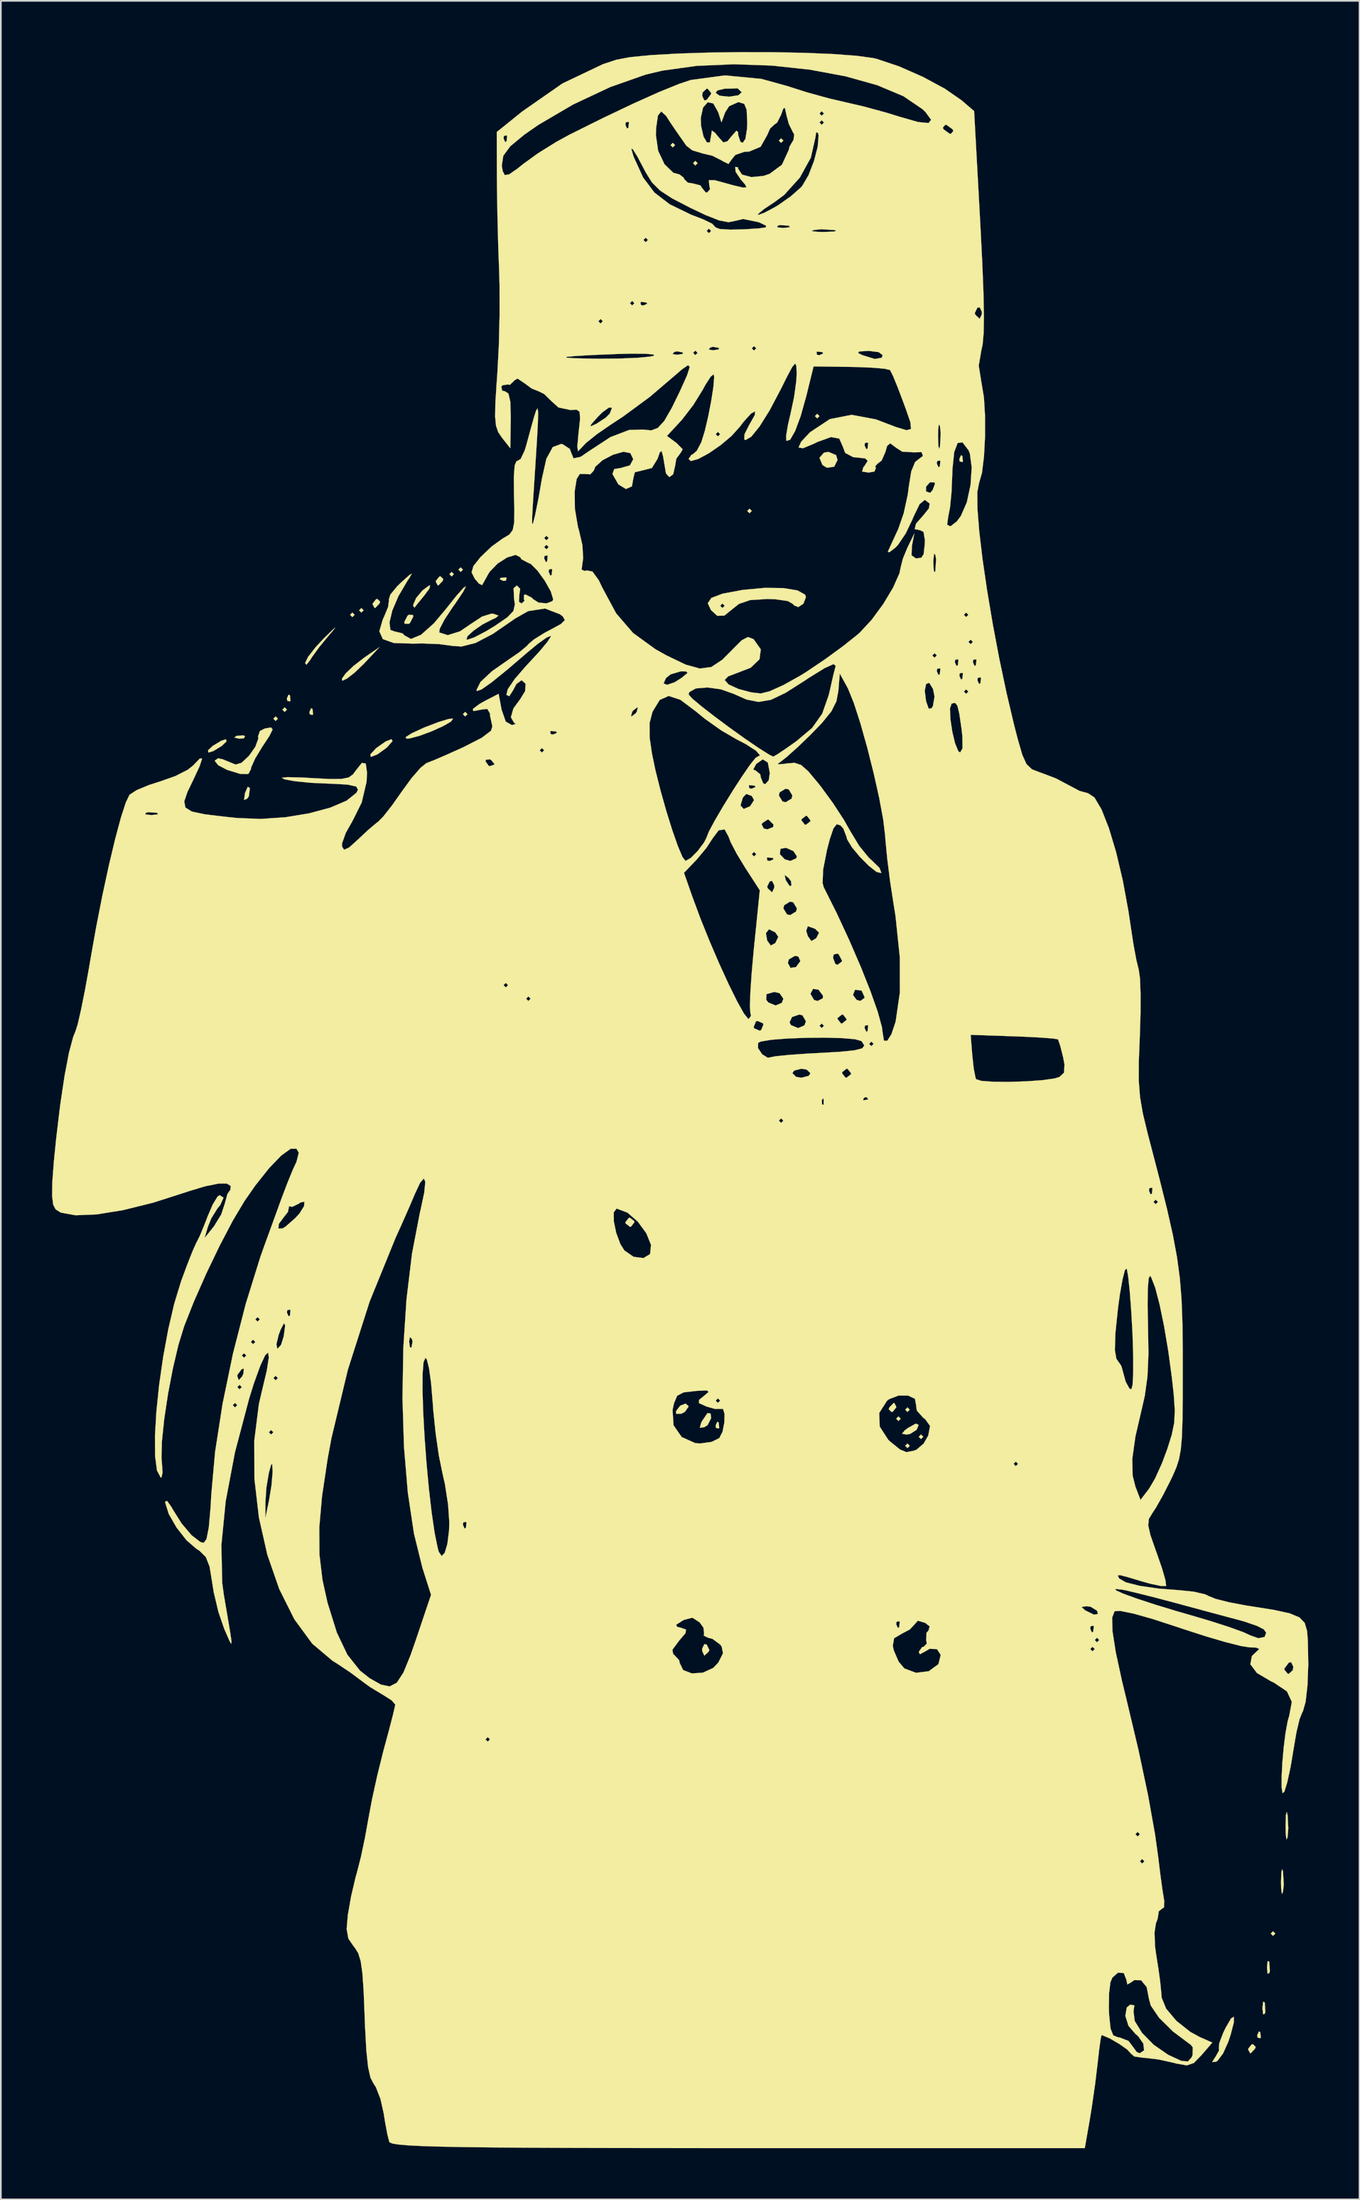
<source format=kicad_pcb>
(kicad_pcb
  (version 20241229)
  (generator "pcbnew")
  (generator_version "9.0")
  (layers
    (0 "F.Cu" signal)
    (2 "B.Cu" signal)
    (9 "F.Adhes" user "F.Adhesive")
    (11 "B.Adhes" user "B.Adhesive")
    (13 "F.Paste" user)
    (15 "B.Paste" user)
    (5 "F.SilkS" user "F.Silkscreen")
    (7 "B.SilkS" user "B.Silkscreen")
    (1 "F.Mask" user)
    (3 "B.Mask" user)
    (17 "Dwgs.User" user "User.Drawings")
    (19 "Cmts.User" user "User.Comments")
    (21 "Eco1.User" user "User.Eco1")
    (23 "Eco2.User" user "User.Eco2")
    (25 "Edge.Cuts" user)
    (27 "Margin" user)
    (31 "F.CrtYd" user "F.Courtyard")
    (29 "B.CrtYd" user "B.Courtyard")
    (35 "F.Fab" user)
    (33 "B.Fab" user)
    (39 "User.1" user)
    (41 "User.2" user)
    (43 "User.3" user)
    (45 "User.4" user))
  (footprint "YoshihisaKoshino_change_mono"
    (layer "F.Cu")
    (at 37.583 61.411)
    (property "Reference" "YoshihisaKoshino_change_mono" (at 0 0 0) (layer "F.SilkS") (effects (font (size 1.524 1.524) (thickness 0.3))))
    (attr through_hole)
    (fp_poly (pts (xy -24.342 -22.357) (xy -24.474 -22.225) (xy -24.606 -22.357) (xy -24.474 -22.49) (xy -24.342 -22.357)) (stroke (width 0.01) (type solid)) (fill yes) (layer "F.SilkS"))
    (fp_poly (pts (xy -23.812 -22.886) (xy -23.945 -22.754) (xy -24.077 -22.886) (xy -23.945 -23.019) (xy -23.812 -22.886)) (stroke (width 0.01) (type solid)) (fill yes) (layer "F.SilkS"))
    (fp_poly (pts (xy -19.844 -28.443) (xy -19.976 -28.31) (xy -20.108 -28.443) (xy -19.976 -28.575) (xy -19.844 -28.443)) (stroke (width 0.01) (type solid)) (fill yes) (layer "F.SilkS"))
    (fp_poly (pts (xy -19.315 -28.707) (xy -19.447 -28.575) (xy -19.579 -28.707) (xy -19.447 -28.84) (xy -19.315 -28.707)) (stroke (width 0.01) (type solid)) (fill yes) (layer "F.SilkS"))
    (fp_poly (pts (xy -14.023 -30.824) (xy -14.155 -30.692) (xy -14.287 -30.824) (xy -14.155 -30.956) (xy -14.023 -30.824)) (stroke (width 0.01) (type solid)) (fill yes) (layer "F.SilkS"))
    (fp_poly (pts (xy -13.494 -31.089) (xy -13.626 -30.956) (xy -13.758 -31.089) (xy -13.626 -31.221) (xy -13.494 -31.089)) (stroke (width 0.01) (type solid)) (fill yes) (layer "F.SilkS"))
    (fp_poly (pts (xy -13.229 -22.622) (xy -13.361 -22.49) (xy -13.494 -22.622) (xy -13.361 -22.754) (xy -13.229 -22.622)) (stroke (width 0.01) (type solid)) (fill yes) (layer "F.SilkS"))
    (fp_poly (pts (xy -1.058 -55.959) (xy -1.191 -55.827) (xy -1.323 -55.959) (xy -1.191 -56.092) (xy -1.058 -55.959)) (stroke (width 0.01) (type solid)) (fill yes) (layer "F.SilkS"))
    (fp_poly (pts (xy 0.265 -54.901) (xy 0.132 -54.769) (xy 0 -54.901) (xy 0.132 -55.033) (xy 0.265 -54.901)) (stroke (width 0.01) (type solid)) (fill yes) (layer "F.SilkS"))
    (fp_poly (pts (xy 3.44 -34.528) (xy 3.307 -34.396) (xy 3.175 -34.528) (xy 3.307 -34.66) (xy 3.44 -34.528)) (stroke (width 0.01) (type solid)) (fill yes) (layer "F.SilkS"))
    (fp_poly (pts (xy 5.292 -56.224) (xy 5.159 -56.092) (xy 5.027 -56.224) (xy 5.159 -56.356) (xy 5.292 -56.224)) (stroke (width 0.01) (type solid)) (fill yes) (layer "F.SilkS"))
    (fp_poly (pts (xy 7.408 -40.084) (xy 7.276 -39.952) (xy 7.144 -40.084) (xy 7.276 -40.217) (xy 7.408 -40.084)) (stroke (width 0.01) (type solid)) (fill yes) (layer "F.SilkS"))
    (fp_poly (pts (xy 12.171 18.653) (xy 12.039 18.785) (xy 11.906 18.653) (xy 12.039 18.521) (xy 12.171 18.653)) (stroke (width 0.01) (type solid)) (fill yes) (layer "F.SilkS"))
    (fp_poly (pts (xy 12.7 18.124) (xy 12.568 18.256) (xy 12.435 18.124) (xy 12.568 17.992) (xy 12.7 18.124)) (stroke (width 0.01) (type solid)) (fill yes) (layer "F.SilkS"))
    (fp_poly (pts (xy 12.7 20.241) (xy 12.568 20.373) (xy 12.435 20.241) (xy 12.568 20.108) (xy 12.7 20.241)) (stroke (width 0.01) (type solid)) (fill yes) (layer "F.SilkS"))
    (fp_poly (pts (xy 13.494 19.711) (xy 13.361 19.844) (xy 13.229 19.711) (xy 13.361 19.579) (xy 13.494 19.711)) (stroke (width 0.01) (type solid)) (fill yes) (layer "F.SilkS"))
    (fp_poly (pts (xy 34.131 48.816) (xy 33.999 48.948) (xy 33.867 48.816) (xy 33.999 48.683) (xy 34.131 48.816)) (stroke (width 0.01) (type solid)) (fill yes) (layer "F.SilkS"))
    (fp_poly (pts (xy -26.265 -21.327) (xy -26.344 -21.206) (xy -26.613 -21.188) (xy -26.895 -21.252) (xy -26.773 -21.347) (xy -26.359 -21.379) (xy -26.265 -21.327)) (stroke (width 0.01) (type solid)) (fill yes) (layer "F.SilkS"))
    (fp_poly (pts (xy -23.636 -23.724) (xy -23.604 -23.41) (xy -23.636 -23.372) (xy -23.793 -23.408) (xy -23.812 -23.548) (xy -23.716 -23.766) (xy -23.636 -23.724)) (stroke (width 0.01) (type solid)) (fill yes) (layer "F.SilkS"))
    (fp_poly (pts (xy -22.313 -22.931) (xy -22.282 -22.617) (xy -22.313 -22.578) (xy -22.47 -22.614) (xy -22.49 -22.754) (xy -22.393 -22.972) (xy -22.313 -22.931)) (stroke (width 0.01) (type solid)) (fill yes) (layer "F.SilkS"))
    (fp_poly (pts (xy -10.936 -30.603) (xy -10.972 -30.446) (xy -11.113 -30.427) (xy -11.33 -30.524) (xy -11.289 -30.603) (xy -10.975 -30.635) (xy -10.936 -30.603)) (stroke (width 0.01) (type solid)) (fill yes) (layer "F.SilkS"))
    (fp_poly (pts (xy 1.499 18.874) (xy 1.531 19.188) (xy 1.499 19.226) (xy 1.342 19.19) (xy 1.323 19.05) (xy 1.42 18.832) (xy 1.499 18.874)) (stroke (width 0.01) (type solid)) (fill yes) (layer "F.SilkS"))
    (fp_poly (pts (xy 15.787 -37.747) (xy 15.818 -37.433) (xy 15.787 -37.394) (xy 15.63 -37.431) (xy 15.61 -37.571) (xy 15.707 -37.789) (xy 15.787 -37.747)) (stroke (width 0.01) (type solid)) (fill yes) (layer "F.SilkS"))
    (fp_poly (pts (xy 33.249 54.592) (xy 33.281 54.906) (xy 33.249 54.945) (xy 33.092 54.909) (xy 33.073 54.769) (xy 33.17 54.551) (xy 33.249 54.592)) (stroke (width 0.01) (type solid)) (fill yes) (layer "F.SilkS"))
    (fp_poly (pts (xy 33.513 52.851) (xy 33.548 53.392) (xy 33.513 53.512) (xy 33.416 53.545) (xy 33.379 53.181) (xy 33.421 52.806) (xy 33.513 52.851)) (stroke (width 0.01) (type solid)) (fill yes) (layer "F.SilkS"))
    (fp_poly (pts (xy 33.777 50.469) (xy 33.812 51.011) (xy 33.777 51.131) (xy 33.681 51.164) (xy 33.644 50.8) (xy 33.685 50.424) (xy 33.777 50.469)) (stroke (width 0.01) (type solid)) (fill yes) (layer "F.SilkS"))
    (fp_poly (pts (xy -25.985 -18.292) (xy -26.044 -17.813) (xy -26.149 -17.666) (xy -26.323 -17.597) (xy -26.272 -17.985) (xy -26.265 -18.013) (xy -26.108 -18.368) (xy -25.985 -18.292)) (stroke (width 0.01) (type solid)) (fill yes) (layer "F.SilkS"))
    (fp_poly (pts (xy 0.798 31.885) (xy 0.951 32.202) (xy 0.915 32.297) (xy 0.659 32.532) (xy 0.534 32.265) (xy 0.529 32.131) (xy 0.659 31.859) (xy 0.798 31.885)) (stroke (width 0.01) (type solid)) (fill yes) (layer "F.SilkS"))
    (fp_poly (pts (xy -27.358 -21.022) (xy -27.633 -20.761) (xy -28.134 -20.458) (xy -28.412 -20.373) (xy -28.438 -20.501) (xy -28.163 -20.761) (xy -27.662 -21.065) (xy -27.384 -21.15) (xy -27.358 -21.022)) (stroke (width 0.01) (type solid)) (fill yes) (layer "F.SilkS"))
    (fp_poly (pts (xy -18.347 -29.207) (xy -18.389 -29.104) (xy -18.626 -28.852) (xy -18.669 -28.84) (xy -18.782 -29.044) (xy -18.785 -29.104) (xy -18.582 -29.359) (xy -18.505 -29.369) (xy -18.347 -29.207)) (stroke (width 0.01) (type solid)) (fill yes) (layer "F.SilkS"))
    (fp_poly (pts (xy -16.425 -28.431) (xy -16.404 -28.342) (xy -16.597 -27.968) (xy -16.669 -27.914) (xy -16.913 -27.926) (xy -16.933 -28.015) (xy -16.74 -28.389) (xy -16.669 -28.443) (xy -16.425 -28.431)) (stroke (width 0.01) (type solid)) (fill yes) (layer "F.SilkS"))
    (fp_poly (pts (xy -14.643 -30.53) (xy -14.684 -30.427) (xy -14.922 -30.175) (xy -14.965 -30.163) (xy -15.078 -30.367) (xy -15.081 -30.427) (xy -14.878 -30.681) (xy -14.801 -30.692) (xy -14.643 -30.53)) (stroke (width 0.01) (type solid)) (fill yes) (layer "F.SilkS"))
    (fp_poly (pts (xy -3.447 7.081) (xy -3.44 7.144) (xy -3.641 7.401) (xy -3.704 7.408) (xy -3.961 7.207) (xy -3.969 7.144) (xy -3.767 6.887) (xy -3.704 6.879) (xy -3.447 7.081)) (stroke (width 0.01) (type solid)) (fill yes) (layer "F.SilkS"))
    (fp_poly (pts (xy -0.265 17.922) (xy -0.265 17.941) (xy -0.477 18.247) (xy -0.684 18.36) (xy -0.994 18.368) (xy -0.998 18.207) (xy -0.755 17.89) (xy -0.436 17.767) (xy -0.265 17.922)) (stroke (width 0.01) (type solid)) (fill yes) (layer "F.SilkS"))
    (fp_poly (pts (xy 1.026 18.353) (xy 1.058 18.625) (xy 0.845 19.032) (xy 0.655 19.148) (xy 0.393 19.186) (xy 0.47 18.9) (xy 0.532 18.779) (xy 0.847 18.321) (xy 1.026 18.353)) (stroke (width 0.01) (type solid)) (fill yes) (layer "F.SilkS"))
    (fp_poly (pts (xy 8.384 -37.798) (xy 8.467 -37.514) (xy 8.273 -37.121) (xy 7.853 -37.057) (xy 7.585 -37.218) (xy 7.408 -37.643) (xy 7.672 -37.942) (xy 7.938 -37.987) (xy 8.384 -37.798)) (stroke (width 0.01) (type solid)) (fill yes) (layer "F.SilkS"))
    (fp_poly (pts (xy 11.903 17.932) (xy 11.906 17.992) (xy 11.703 18.246) (xy 11.626 18.256) (xy 11.468 18.094) (xy 11.509 17.992) (xy 11.747 17.739) (xy 11.79 17.727) (xy 11.903 17.932)) (stroke (width 0.01) (type solid)) (fill yes) (layer "F.SilkS"))
    (fp_poly (pts (xy 13.223 19.016) (xy 13.108 19.297) (xy 12.718 19.548) (xy 12.502 19.579) (xy 12.247 19.531) (xy 12.419 19.328) (xy 12.583 19.204) (xy 13.055 18.939) (xy 13.223 19.016)) (stroke (width 0.01) (type solid)) (fill yes) (layer "F.SilkS"))
    (fp_poly (pts (xy 32.982 55.46) (xy 32.941 55.562) (xy 32.703 55.815) (xy 32.66 55.827) (xy 32.547 55.622) (xy 32.544 55.562) (xy 32.747 55.308) (xy 32.824 55.298) (xy 32.982 55.46)) (stroke (width 0.01) (type solid)) (fill yes) (layer "F.SilkS"))
    (fp_poly (pts (xy 34.583 45.178) (xy 34.626 45.949) (xy 34.583 46.368) (xy 34.517 46.494) (xy 34.476 46.161) (xy 34.468 45.773) (xy 34.489 45.201) (xy 34.541 45.044) (xy 34.583 45.178)) (stroke (width 0.01) (type solid)) (fill yes) (layer "F.SilkS"))
    (fp_poly (pts (xy 34.85 41.874) (xy 34.894 42.656) (xy 34.847 43.197) (xy 34.785 43.303) (xy 34.745 42.957) (xy 34.736 42.466) (xy 34.756 41.865) (xy 34.803 41.69) (xy 34.85 41.874)) (stroke (width 0.01) (type solid)) (fill yes) (layer "F.SilkS"))
    (fp_poly (pts (xy -19.3 -25.576) (xy -19.834 -25.062) (xy -20.283 -24.715) (xy -20.562 -24.579) (xy -20.588 -24.699) (xy -20.363 -25.015) (xy -19.917 -25.44) (xy -19.281 -25.933) (xy -19.206 -25.985) (xy -18.389 -26.546) (xy -19.3 -25.576)) (stroke (width 0.01) (type solid)) (fill yes) (layer "F.SilkS"))
    (fp_poly (pts (xy -17.621 -21.044) (xy -17.933 -20.69) (xy -17.992 -20.637) (xy -18.515 -20.262) (xy -18.892 -20.117) (xy -18.922 -20.263) (xy -18.604 -20.607) (xy -18.558 -20.646) (xy -18.023 -21.024) (xy -17.681 -21.156) (xy -17.621 -21.044)) (stroke (width 0.01) (type solid)) (fill yes) (layer "F.SilkS"))
    (fp_poly (pts (xy -15.454 -29.991) (xy -15.756 -29.578) (xy -15.765 -29.567) (xy -16.146 -29.106) (xy -16.335 -28.862) (xy -16.4 -28.951) (xy -16.404 -29.041) (xy -16.235 -29.428) (xy -15.862 -29.874) (xy -15.489 -30.148) (xy -15.418 -30.163) (xy -15.454 -29.991)) (stroke (width 0.01) (type solid)) (fill yes) (layer "F.SilkS"))
    (fp_poly (pts (xy -21.195 -27.418) (xy -21.331 -27.263) (xy -21.898 -26.578) (xy -22.344 -25.966) (xy -22.447 -25.797) (xy -22.668 -25.518) (xy -22.746 -25.614) (xy -22.575 -25.974) (xy -22.122 -26.554) (xy -21.63 -27.08) (xy -21.122 -27.575) (xy -20.978 -27.688) (xy -21.195 -27.418)) (stroke (width 0.01) (type solid)) (fill yes) (layer "F.SilkS"))
    (fp_poly (pts (xy -14.193 -22.187) (xy -14.664 -21.917) (xy -15.327 -21.618) (xy -16.03 -21.358) (xy -16.616 -21.202) (xy -16.801 -21.184) (xy -16.855 -21.274) (xy -16.493 -21.504) (xy -15.793 -21.827) (xy -15.765 -21.839) (xy -14.941 -22.155) (xy -14.328 -22.342) (xy -14.071 -22.362) (xy -14.193 -22.187)) (stroke (width 0.01) (type solid)) (fill yes) (layer "F.SilkS"))
    (fp_poly (pts (xy 31.702 54.015) (xy 31.521 54.718) (xy 31.377 55.156) (xy 31.069 55.839) (xy 30.743 56.27) (xy 30.653 56.324) (xy 30.431 56.345) (xy 30.595 56.079) (xy 30.623 56.044) (xy 30.837 55.661) (xy 30.823 55.517) (xy 30.851 55.225) (xy 31.074 54.641) (xy 31.211 54.351) (xy 31.538 53.788) (xy 31.704 53.69) (xy 31.702 54.015)) (stroke (width 0.01) (type solid)) (fill yes) (layer "F.SilkS"))
    (fp_poly (pts (xy -24.65 -21.727) (xy -24.842 -21.34) (xy -25.268 -20.694) (xy -25.673 -20.027) (xy -25.907 -19.505) (xy -25.929 -19.385) (xy -26.074 -19.118) (xy -26.551 -19.122) (xy -27.318 -19.358) (xy -27.839 -19.63) (xy -28.046 -19.894) (xy -27.85 -20.038) (xy -27.583 -19.979) (xy -27.027 -19.754) (xy -26.821 -19.67) (xy -26.472 -19.773) (xy -26.039 -20.178) (xy -25.664 -20.709) (xy -25.489 -21.188) (xy -25.504 -21.321) (xy -25.394 -21.637) (xy -25.117 -21.777) (xy -24.746 -21.845) (xy -24.65 -21.727)) (stroke (width 0.01) (type solid)) (fill yes) (layer "F.SilkS"))
    (fp_poly (pts (xy 5.303 -30.007) (xy 6.122 -29.871) (xy 6.565 -29.624) (xy 6.615 -29.483) (xy 6.467 -29.094) (xy 6.162 -28.895) (xy 5.904 -29.004) (xy 5.881 -29.057) (xy 5.561 -29.248) (xy 4.83 -29.354) (xy 4.344 -29.369) (xy 3.343 -29.305) (xy 2.691 -29.083) (xy 2.381 -28.84) (xy 1.832 -28.396) (xy 1.416 -28.386) (xy 1.049 -28.719) (xy 0.929 -28.972) (xy 1.587 -28.972) (xy 1.72 -28.84) (xy 1.852 -28.972) (xy 1.72 -29.104) (xy 1.587 -28.972) (xy 0.929 -28.972) (xy 0.859 -29.119) (xy 1.072 -29.432) (xy 1.728 -29.681) (xy 2.87 -29.894) (xy 2.938 -29.904) (xy 4.209 -30.022) (xy 5.303 -30.007)) (stroke (width 0.01) (type solid)) (fill yes) (layer "F.SilkS"))
    (fp_poly (pts (xy 4.694 -61.402) (xy 6.535 -61.365) (xy 8.193 -61.296) (xy 9.566 -61.194) (xy 10.555 -61.06) (xy 10.766 -61.011) (xy 12.079 -60.571) (xy 13.477 -59.956) (xy 14.762 -59.262) (xy 15.737 -58.587) (xy 15.771 -58.558) (xy 16.475 -57.954) (xy 16.834 -51.4) (xy 16.951 -49.122) (xy 17.022 -47.321) (xy 17.049 -45.946) (xy 17.033 -44.948) (xy 16.973 -44.275) (xy 16.903 -43.964) (xy 16.746 -43.039) (xy 16.912 -41.997) (xy 16.917 -41.98) (xy 17.05 -41.174) (xy 17.115 -40.09) (xy 17.115 -38.887) (xy 17.054 -37.726) (xy 16.937 -36.767) (xy 16.768 -36.171) (xy 16.763 -36.162) (xy 16.662 -35.631) (xy 16.67 -34.661) (xy 16.775 -33.328) (xy 16.968 -31.708) (xy 17.235 -29.879) (xy 17.565 -27.915) (xy 17.947 -25.893) (xy 18.37 -23.889) (xy 18.821 -21.98) (xy 19.031 -21.169) (xy 19.3 -20.24) (xy 19.547 -19.693) (xy 19.866 -19.392) (xy 20.351 -19.203) (xy 20.413 -19.185) (xy 21.27 -18.86) (xy 22.035 -18.455) (xy 22.036 -18.455) (xy 22.66 -18.124) (xy 23.151 -17.992) (xy 23.531 -17.74) (xy 23.948 -17.034) (xy 24.378 -15.942) (xy 24.8 -14.535) (xy 25.19 -12.884) (xy 25.526 -11.059) (xy 25.661 -10.152) (xy 25.82 -9.114) (xy 25.988 -8.211) (xy 26.129 -7.638) (xy 26.199 -7.138) (xy 26.233 -6.237) (xy 26.23 -5.061) (xy 26.188 -3.737) (xy 26.186 -3.704) (xy 26.129 -2.246) (xy 26.128 -1.139) (xy 26.199 -0.206) (xy 26.358 0.729) (xy 26.624 1.845) (xy 26.764 2.381) (xy 27.339 4.588) (xy 27.789 6.391) (xy 28.128 7.895) (xy 28.372 9.207) (xy 28.536 10.432) (xy 28.636 11.675) (xy 28.687 13.043) (xy 28.706 14.641) (xy 28.707 15.61) (xy 28.705 17.393) (xy 28.691 18.735) (xy 28.656 19.728) (xy 28.591 20.461) (xy 28.487 21.022) (xy 28.333 21.503) (xy 28.121 21.992) (xy 28.01 22.225) (xy 27.564 23.103) (xy 27.143 23.851) (xy 26.913 24.201) (xy 26.721 24.521) (xy 26.68 24.892) (xy 26.805 25.452) (xy 27.113 26.341) (xy 27.181 26.526) (xy 27.491 27.419) (xy 27.687 28.102) (xy 27.733 28.442) (xy 27.727 28.453) (xy 27.426 28.453) (xy 26.79 28.318) (xy 26.304 28.181) (xy 25.47 27.931) (xy 25.037 27.818) (xy 24.898 27.83) (xy 24.946 27.954) (xy 24.985 28.016) (xy 25.371 28.24) (xy 26.175 28.443) (xy 27.286 28.605) (xy 28.504 28.7) (xy 29.358 28.788) (xy 30.015 28.94) (xy 30.223 29.041) (xy 30.632 29.208) (xy 31.414 29.405) (xy 32.418 29.595) (xy 32.676 29.635) (xy 34.04 29.852) (xy 34.967 30.053) (xy 35.544 30.291) (xy 35.857 30.618) (xy 35.995 31.088) (xy 36.04 31.678) (xy 36.065 33.05) (xy 36.018 34.273) (xy 35.911 35.229) (xy 35.75 35.8) (xy 35.711 35.86) (xy 35.553 36.257) (xy 35.372 37.018) (xy 35.207 37.98) (xy 35.202 38.013) (xy 35.03 39.046) (xy 34.834 39.947) (xy 34.663 40.506) (xy 34.554 40.585) (xy 34.504 40.252) (xy 34.504 39.62) (xy 34.546 38.803) (xy 34.625 37.912) (xy 34.732 37.062) (xy 34.859 36.366) (xy 34.953 36.041) (xy 35.101 35.24) (xy 34.815 34.626) (xy 34.051 34.115) (xy 33.89 34.041) (xy 33.056 33.55) (xy 32.908 33.353) (xy 34.66 33.353) (xy 34.862 33.595) (xy 34.925 33.602) (xy 35.157 33.387) (xy 35.19 33.19) (xy 35.061 32.916) (xy 34.925 32.941) (xy 34.671 33.279) (xy 34.66 33.353) (xy 32.908 33.353) (xy 32.67 33.038) (xy 32.76 32.555) (xy 32.954 32.369) (xy 33.195 32.144) (xy 33.01 32.06) (xy 32.637 32.05) (xy 32.112 31.967) (xy 31.207 31.738) (xy 30.04 31.395) (xy 28.729 30.972) (xy 28.443 30.875) (xy 26.978 30.397) (xy 25.827 30.071) (xy 25.049 29.913) (xy 24.712 29.929) (xy 24.566 30.308) (xy 24.586 31.097) (xy 24.777 32.322) (xy 25.142 34.007) (xy 25.384 35.004) (xy 26.104 38.032) (xy 26.676 40.728) (xy 27.086 43.03) (xy 27.265 44.318) (xy 27.395 45.376) (xy 27.518 46.269) (xy 27.609 46.834) (xy 27.622 46.897) (xy 27.605 47.284) (xy 27.492 47.36) (xy 27.29 47.521) (xy 27.294 47.559) (xy 27.235 47.944) (xy 27.132 48.224) (xy 27.051 48.755) (xy 27.081 49.559) (xy 27.132 49.943) (xy 27.289 50.941) (xy 27.385 51.65) (xy 27.449 52.299) (xy 27.471 52.575) (xy 27.733 53.217) (xy 28.336 53.931) (xy 29.142 54.571) (xy 29.705 54.879) (xy 30.439 55.202) (xy 29.809 55.934) (xy 29.359 56.395) (xy 28.946 56.538) (xy 28.327 56.429) (xy 28.15 56.381) (xy 27.28 56.19) (xy 26.487 56.095) (xy 26.392 56.093) (xy 25.864 56.015) (xy 25.665 55.846) (xy 25.461 55.618) (xy 24.983 55.28) (xy 24.43 54.958) (xy 24.004 54.777) (xy 23.942 54.769) (xy 23.889 55.009) (xy 23.804 55.634) (xy 23.716 56.409) (xy 23.567 57.644) (xy 23.371 59.003) (xy 23.255 59.717) (xy 22.964 61.383) (xy 2.647 61.383) (xy -1.193 61.382) (xy -4.537 61.378) (xy -7.416 61.37) (xy -9.864 61.359) (xy -11.912 61.342) (xy -13.592 61.321) (xy -14.939 61.294) (xy -15.983 61.26) (xy -16.757 61.219) (xy -17.294 61.171) (xy -17.627 61.115) (xy -17.786 61.05) (xy -17.81 61.02) (xy -17.928 60.555) (xy -18.07 59.789) (xy -18.135 59.367) (xy -18.327 58.504) (xy -18.599 57.808) (xy -18.729 57.61) (xy -18.914 57.259) (xy -19.053 56.636) (xy -19.156 55.665) (xy -19.232 54.27) (xy -19.256 53.642) (xy -19.274 53.191) (xy 24.374 53.191) (xy 24.391 53.596) (xy 24.475 54.388) (xy 24.633 54.78) (xy 24.927 54.899) (xy 25.003 54.901) (xy 25.527 55.107) (xy 25.722 55.364) (xy 26.007 55.753) (xy 26.185 55.827) (xy 26.441 55.655) (xy 26.394 55.259) (xy 26.085 54.819) (xy 25.934 54.696) (xy 25.523 54.218) (xy 25.341 53.636) (xy 25.423 53.149) (xy 25.626 52.981) (xy 25.868 53.02) (xy 25.82 53.373) (xy 25.889 53.936) (xy 26.317 54.63) (xy 27 55.329) (xy 27.835 55.906) (xy 27.914 55.947) (xy 28.613 56.269) (xy 29.003 56.311) (xy 29.224 56.072) (xy 29.283 55.933) (xy 29.294 55.483) (xy 29.183 55.337) (xy 28.135 54.554) (xy 27.321 53.752) (xy 26.829 53.028) (xy 26.723 52.628) (xy 26.591 51.95) (xy 26.268 51.554) (xy 25.86 51.542) (xy 25.711 51.653) (xy 25.459 51.799) (xy 25.4 51.514) (xy 25.249 51.131) (xy 24.915 51.101) (xy 24.581 51.394) (xy 24.463 51.677) (xy 24.387 52.308) (xy 24.374 53.191) (xy -19.274 53.191) (xy -19.315 52.172) (xy -19.387 51.135) (xy -19.487 50.432) (xy -19.63 49.967) (xy -19.831 49.643) (xy -19.894 49.571) (xy -20.21 49.11) (xy -20.31 48.545) (xy -20.24 47.719) (xy -20.048 46.63) (xy -19.784 45.509) (xy -19.709 45.244) (xy -19.539 44.582) (xy 26.194 44.582) (xy 26.326 44.715) (xy 26.458 44.582) (xy 26.326 44.45) (xy 26.194 44.582) (xy -19.539 44.582) (xy -19.48 44.35) (xy -19.235 43.197) (xy -19.199 42.995) (xy 25.929 42.995) (xy 26.061 43.127) (xy 26.194 42.995) (xy 26.061 42.862) (xy 25.929 42.995) (xy -19.199 42.995) (xy -19.046 42.145) (xy -18.822 40.949) (xy -18.507 39.521) (xy -18.163 38.139) (xy -18.102 37.914) (xy -17.974 37.439) (xy -12.171 37.439) (xy -12.039 37.571) (xy -11.906 37.439) (xy -12.039 37.306) (xy -12.171 37.439) (xy -17.974 37.439) (xy -17.82 36.868) (xy -17.601 36.02) (xy -17.478 35.496) (xy -17.462 35.397) (xy -17.672 35.152) (xy -18.177 34.832) (xy -18.19 34.825) (xy -18.943 34.37) (xy -19.504 33.958) (xy -20.103 33.512) (xy -20.889 32.988) (xy -21.146 32.829) (xy -22.33 31.829) (xy -23.377 30.4) (xy -24.262 28.632) (xy -24.963 26.613) (xy -25.323 25.016) (xy -21.915 25.016) (xy -21.906 26.607) (xy -21.728 28.099) (xy -21.432 29.435) (xy -20.886 31.182) (xy -20.267 32.48) (xy -19.53 33.409) (xy -18.967 33.853) (xy -18.299 34.231) (xy -17.787 34.337) (xy -17.37 34.12) (xy -16.983 33.527) (xy -16.565 32.507) (xy -16.455 32.192) (xy -1.216 32.192) (xy -1.164 32.452) (xy -1.124 32.47) (xy -0.817 32.803) (xy -0.794 32.941) (xy -0.586 33.376) (xy -0.075 33.574) (xy 0.57 33.533) (xy 1.18 33.254) (xy 1.48 32.939) (xy 1.754 32.392) (xy 1.675 32) (xy 1.64 31.953) (xy 11.708 31.953) (xy 11.761 32.217) (xy 12.049 32.884) (xy 12.384 33.283) (xy 13.071 33.539) (xy 13.815 33.447) (xy 14.369 33.042) (xy 14.387 33.014) (xy 14.518 32.492) (xy 14.296 32.15) (xy 14.214 32.147) (xy 23.283 32.147) (xy 23.416 32.279) (xy 23.548 32.147) (xy 23.416 32.015) (xy 23.283 32.147) (xy 14.214 32.147) (xy 13.866 32.132) (xy 13.637 32.27) (xy 13.299 32.452) (xy 13.229 32.312) (xy 13.431 32.029) (xy 13.522 32.015) (xy 13.701 31.823) (xy 13.666 31.626) (xy 13.666 31.618) (xy 23.548 31.618) (xy 23.68 31.75) (xy 23.812 31.618) (xy 23.68 31.485) (xy 23.548 31.618) (xy 13.666 31.618) (xy 13.687 31.189) (xy 13.804 31.06) (xy 13.832 30.956) (xy 23.283 30.956) (xy 23.38 31.174) (xy 23.46 31.133) (xy 23.491 30.819) (xy 23.46 30.78) (xy 23.302 30.816) (xy 23.283 30.956) (xy 13.832 30.956) (xy 13.868 30.82) (xy 13.608 30.613) (xy 13.177 30.485) (xy 13.017 30.666) (xy 12.709 30.997) (xy 12.248 31.242) (xy 11.783 31.515) (xy 11.708 31.953) (xy 1.64 31.953) (xy 1.586 31.881) (xy 1.128 31.545) (xy 0.878 31.485) (xy 0.623 31.359) (xy 0.648 31.242) (xy 0.605 30.888) (xy 0.462 30.692) (xy 11.906 30.692) (xy 12.003 30.909) (xy 12.083 30.868) (xy 12.114 30.554) (xy 12.083 30.515) (xy 11.925 30.552) (xy 11.906 30.692) (xy 0.462 30.692) (xy 0.381 30.581) (xy -0.04 30.31) (xy -0.527 30.436) (xy -0.614 30.482) (xy -0.997 30.725) (xy -0.929 30.847) (xy -0.704 30.902) (xy -0.412 31.007) (xy -0.448 31.221) (xy -0.835 31.676) (xy -0.836 31.678) (xy -1.216 32.192) (xy -16.455 32.192) (xy -16.255 31.618) (xy -15.602 29.68) (xy 22.773 29.68) (xy 22.966 29.863) (xy 23.019 29.898) (xy 23.504 30.132) (xy 23.735 30.093) (xy 23.68 29.898) (xy 23.303 29.668) (xy 23.069 29.637) (xy 22.773 29.68) (xy -15.602 29.68) (xy -15.363 28.972) (xy -15.473 28.626) (xy 24.748 28.626) (xy 24.808 28.718) (xy 25.254 28.916) (xy 26.028 29.196) (xy 27.068 29.537) (xy 28.314 29.916) (xy 29.104 30.143) (xy 30.348 30.51) (xy 31.443 30.863) (xy 32.265 31.161) (xy 32.676 31.35) (xy 33.145 31.515) (xy 33.506 31.437) (xy 33.599 31.191) (xy 33.457 30.993) (xy 33.064 30.792) (xy 32.364 30.549) (xy 32.015 30.45) (xy 31.221 30.239) (xy 30.107 29.94) (xy 28.861 29.604) (xy 28.31 29.455) (xy 27.153 29.148) (xy 26.123 28.888) (xy 25.372 28.71) (xy 25.135 28.662) (xy 24.748 28.626) (xy -15.473 28.626) (xy -15.869 27.384) (xy -16.364 25.381) (xy -16.724 22.979) (xy -16.949 20.293) (xy -17.037 17.437) (xy -17.03 17.037) (xy -15.862 17.037) (xy -15.821 18.317) (xy -15.741 19.759) (xy -15.628 21.273) (xy -15.488 22.769) (xy -15.327 24.156) (xy -15.153 25.342) (xy -14.97 26.238) (xy -14.91 26.451) (xy -14.74 26.698) (xy -14.56 26.511) (xy -14.405 25.983) (xy -14.308 25.21) (xy -14.296 24.871) (xy -13.494 24.871) (xy -13.397 25.089) (xy -13.317 25.047) (xy -13.286 24.733) (xy -13.317 24.694) (xy -13.475 24.731) (xy -13.494 24.871) (xy -14.296 24.871) (xy -14.292 24.728) (xy -14.362 23.693) (xy -14.547 22.494) (xy -14.699 21.818) (xy -14.805 21.299) (xy 18.785 21.299) (xy 18.918 21.431) (xy 19.05 21.299) (xy 18.918 21.167) (xy 18.785 21.299) (xy -14.805 21.299) (xy -14.868 20.991) (xy 25.749 20.991) (xy 25.768 21.983) (xy 25.927 22.619) (xy 26.229 23.409) (xy 26.734 22.751) (xy 27.086 22.151) (xy 27.491 21.256) (xy 27.803 20.422) (xy 28.066 19.58) (xy 28.208 18.882) (xy 28.241 18.149) (xy 28.176 17.203) (xy 28.071 16.26) (xy 27.86 14.7) (xy 27.612 13.231) (xy 27.347 11.954) (xy 27.089 10.967) (xy 26.857 10.373) (xy 26.789 10.279) (xy 26.708 10.433) (xy 26.658 11.027) (xy 26.644 11.97) (xy 26.668 13.162) (xy 26.695 14.857) (xy 26.637 16.185) (xy 26.482 17.304) (xy 26.326 17.992) (xy 25.932 19.689) (xy 25.749 20.991) (xy -14.868 20.991) (xy -14.903 20.82) (xy -15.091 19.52) (xy -15.233 18.147) (xy -15.233 18.143) (xy -1.204 18.143) (xy -1.146 19.038) (xy -0.669 19.726) (xy 0.125 20.082) (xy 0.41 20.105) (xy 1.091 20.009) (xy 1.535 19.791) (xy 1.724 19.419) (xy 1.832 18.881) (xy 1.847 18.37) (xy 1.829 18.316) (xy 10.912 18.316) (xy 10.94 19.113) (xy 11.441 19.887) (xy 11.576 20.011) (xy 12.133 20.459) (xy 12.512 20.612) (xy 12.922 20.533) (xy 13.096 20.469) (xy 13.518 20.108) (xy 13.786 19.639) (xy 13.893 19.079) (xy 13.611 18.684) (xy 13.483 18.589) (xy 13.114 18.171) (xy 13.07 17.835) (xy 13.006 17.485) (xy 12.606 17.298) (xy 12.044 17.297) (xy 11.493 17.506) (xy 11.366 17.604) (xy 10.912 18.316) (xy 1.829 18.316) (xy 1.753 18.077) (xy 1.654 18.077) (xy 1.283 18.08) (xy 0.794 17.942) (xy 0.343 17.738) (xy 0.349 17.595) (xy 1.323 17.595) (xy 1.455 17.727) (xy 1.587 17.595) (xy 1.455 17.462) (xy 1.323 17.595) (xy 0.349 17.595) (xy 0.351 17.549) (xy 0.635 17.32) (xy 0.913 17.082) (xy 0.81 16.997) (xy 0.257 17.019) (xy 0.176 17.025) (xy -0.558 17.111) (xy -0.934 17.308) (xy -1.122 17.753) (xy -1.204 18.143) (xy -15.233 18.143) (xy -15.268 17.661) (xy -15.36 16.564) (xy -15.48 15.699) (xy -15.61 15.18) (xy -15.688 15.081) (xy -15.802 15.329) (xy -15.858 16.011) (xy -15.862 17.037) (xy -17.03 17.037) (xy -16.99 14.637) (xy 24.726 14.637) (xy 24.815 15.142) (xy 24.832 15.167) (xy 25.082 15.523) (xy 25.12 15.61) (xy 25.361 16.487) (xy 25.585 16.891) (xy 25.69 16.933) (xy 25.764 16.686) (xy 25.802 16.009) (xy 25.803 15.002) (xy 25.765 13.763) (xy 25.756 13.56) (xy 25.681 12.256) (xy 25.594 11.13) (xy 25.505 10.297) (xy 25.425 9.868) (xy 25.417 9.851) (xy 25.315 9.951) (xy 25.177 10.484) (xy 25.022 11.358) (xy 24.908 12.186) (xy 24.757 13.643) (xy 24.726 14.637) (xy -16.99 14.637) (xy -16.988 14.523) (xy -16.963 14.133) (xy -16.648 14.133) (xy -16.599 14.476) (xy -16.509 14.48) (xy -16.446 14.126) (xy -16.488 13.973) (xy -16.605 13.873) (xy -16.648 14.133) (xy -16.963 14.133) (xy -16.802 11.666) (xy -16.478 8.979) (xy -16.015 6.576) (xy -16.013 6.566) (xy -4.654 6.566) (xy -4.647 7.099) (xy -4.505 7.777) (xy -4.261 8.427) (xy -4.027 8.797) (xy -3.487 9.169) (xy -2.908 9.242) (xy -2.521 9.007) (xy -2.466 8.471) (xy -2.742 7.789) (xy -3.239 7.109) (xy -3.846 6.581) (xy -4.454 6.351) (xy -4.493 6.35) (xy -4.654 6.566) (xy -16.013 6.566) (xy -15.972 6.399) (xy -15.877 5.953) (xy 26.988 5.953) (xy 27.12 6.085) (xy 27.252 5.953) (xy 27.12 5.821) (xy 26.988 5.953) (xy -15.877 5.953) (xy -15.758 5.391) (xy -15.749 5.292) (xy 26.723 5.292) (xy 26.82 5.509) (xy 26.899 5.468) (xy 26.931 5.154) (xy 26.899 5.115) (xy 26.742 5.152) (xy 26.723 5.292) (xy -15.749 5.292) (xy -15.7 4.772) (xy -15.787 4.577) (xy -16.007 4.837) (xy -16.294 5.449) (xy -16.641 6.262) (xy -17.097 7.294) (xy -17.448 8.07) (xy -18.964 11.794) (xy -20.24 15.784) (xy -21.205 19.805) (xy -21.425 20.998) (xy -21.754 23.191) (xy -21.915 25.016) (xy -25.323 25.016) (xy -25.446 24.474) (xy -25.075 24.474) (xy -24.856 23.416) (xy -24.716 22.555) (xy -24.653 21.798) (xy -24.653 21.696) (xy -24.676 21.294) (xy -24.744 21.362) (xy -24.871 21.828) (xy -25.016 22.681) (xy -25.074 23.548) (xy -25.075 24.474) (xy -25.446 24.474) (xy -25.455 24.431) (xy -25.717 22.175) (xy -25.725 19.933) (xy -25.663 19.447) (xy -24.871 19.447) (xy -24.739 19.579) (xy -24.606 19.447) (xy -24.739 19.315) (xy -24.871 19.447) (xy -25.663 19.447) (xy -25.455 17.794) (xy -25.288 17.076) (xy -25.096 16.272) (xy -24.606 16.272) (xy -24.474 16.404) (xy -24.342 16.272) (xy -24.474 16.14) (xy -24.606 16.272) (xy -25.096 16.272) (xy -24.992 15.835) (xy -24.874 15.072) (xy -24.912 14.775) (xy -25.085 14.934) (xy -25.369 15.536) (xy -25.744 16.57) (xy -26.024 17.462) (xy -26.858 20.618) (xy -27.404 23.5) (xy -27.655 26.063) (xy -27.607 28.26) (xy -27.511 28.972) (xy -27.278 30.333) (xy -27.128 31.228) (xy -27.061 31.713) (xy -27.077 31.844) (xy -27.175 31.678) (xy -27.354 31.269) (xy -27.49 30.956) (xy -27.827 29.977) (xy -28.103 28.817) (xy -28.195 28.239) (xy -28.345 27.318) (xy -28.565 26.758) (xy -28.936 26.391) (xy -29.114 26.278) (xy -29.696 25.776) (xy -30.279 25.033) (xy -30.737 24.239) (xy -30.944 23.583) (xy -30.946 23.512) (xy -30.838 23.469) (xy -30.584 23.821) (xy -30.517 23.945) (xy -29.985 24.793) (xy -29.403 25.479) (xy -28.886 25.877) (xy -28.695 25.929) (xy -28.526 25.706) (xy -28.391 25.02) (xy -28.287 23.844) (xy -28.245 23.085) (xy -28.022 20.595) (xy -27.597 17.859) (xy -26.988 17.859) (xy -26.855 17.992) (xy -26.723 17.859) (xy -26.855 17.727) (xy -26.988 17.859) (xy -27.597 17.859) (xy -27.588 17.797) (xy -27.381 16.801) (xy -26.723 16.801) (xy -26.591 16.933) (xy -26.458 16.801) (xy -26.591 16.669) (xy -26.723 16.801) (xy -27.381 16.801) (xy -27.247 16.155) (xy -26.723 16.155) (xy -26.638 16.396) (xy -26.443 16.186) (xy -26.357 15.994) (xy -26.339 15.72) (xy -26.461 15.745) (xy -26.714 16.083) (xy -26.723 16.155) (xy -27.247 16.155) (xy -26.997 14.949) (xy -26.458 14.949) (xy -26.326 15.081) (xy -26.194 14.949) (xy -26.326 14.817) (xy -26.458 14.949) (xy -26.997 14.949) (xy -26.978 14.853) (xy -26.834 14.292) (xy -24.429 14.292) (xy -24.376 14.549) (xy -24.359 14.552) (xy -24.156 14.325) (xy -23.999 13.824) (xy -23.914 13.189) (xy -23.984 13.058) (xy -24.183 13.438) (xy -24.297 13.745) (xy -24.429 14.292) (xy -26.834 14.292) (xy -26.799 14.155) (xy -25.929 14.155) (xy -25.797 14.287) (xy -25.665 14.155) (xy -25.797 14.023) (xy -25.929 14.155) (xy -26.799 14.155) (xy -26.459 12.832) (xy -25.665 12.832) (xy -25.532 12.965) (xy -25.4 12.832) (xy -25.532 12.7) (xy -25.665 12.832) (xy -26.459 12.832) (xy -26.357 12.435) (xy -23.812 12.435) (xy -23.716 12.653) (xy -23.636 12.612) (xy -23.604 12.298) (xy -23.636 12.259) (xy -23.793 12.295) (xy -23.812 12.435) (xy -26.357 12.435) (xy -26.226 11.924) (xy -25.368 9.17) (xy -25.118 8.467) (xy -24.847 7.724) (xy -24.771 7.516) (xy -24.315 7.516) (xy -24.062 7.505) (xy -23.879 7.388) (xy -23.332 6.906) (xy -23.085 6.643) (xy -22.806 6.2) (xy -22.787 5.938) (xy -23.022 5.985) (xy -23.109 6.051) (xy -23.498 6.24) (xy -23.638 6.215) (xy -23.714 6.217) (xy -23.693 6.249) (xy -23.755 6.541) (xy -23.957 6.797) (xy -24.286 7.239) (xy -24.315 7.516) (xy -24.771 7.516) (xy -24.481 6.72) (xy -24.155 5.821) (xy -23.796 4.872) (xy -23.468 4.069) (xy -23.253 3.607) (xy -23.117 3.071) (xy -23.254 2.834) (xy -23.594 2.838) (xy -24.147 3.237) (xy -24.856 3.973) (xy -25.662 4.986) (xy -26.299 5.9) (xy -26.976 7.033) (xy -27.749 8.504) (xy -28.542 10.153) (xy -29.277 11.818) (xy -29.837 13.234) (xy -30.174 14.332) (xy -30.497 15.701) (xy -30.782 17.193) (xy -31.004 18.664) (xy -31.14 19.966) (xy -31.166 20.953) (xy -31.146 21.185) (xy -31.104 21.803) (xy -31.167 22.098) (xy -31.212 22.098) (xy -31.431 21.684) (xy -31.54 20.845) (xy -31.548 19.67) (xy -31.466 18.249) (xy -31.303 16.673) (xy -31.067 15.031) (xy -30.768 13.414) (xy -30.417 11.911) (xy -30.021 10.613) (xy -30.01 10.583) (xy -29.652 9.615) (xy -29.343 8.832) (xy -29.14 8.377) (xy -29.115 8.334) (xy -28.921 7.946) (xy -28.634 7.252) (xy -28.466 6.813) (xy -28.158 6.096) (xy -27.878 5.641) (xy -27.759 5.556) (xy -27.529 5.706) (xy -27.718 6.126) (xy -27.882 6.329) (xy -28.247 6.915) (xy -28.444 7.408) (xy -28.641 8.07) (xy -28.08 7.369) (xy -27.665 6.691) (xy -27.452 6.046) (xy -27.299 5.484) (xy -27.127 5.24) (xy -27.107 5.017) (xy -27.335 4.877) (xy -27.807 4.875) (xy -28.616 5.039) (xy -29.609 5.339) (xy -29.709 5.375) (xy -31.648 5.995) (xy -33.423 6.435) (xy -34.963 6.684) (xy -36.201 6.735) (xy -37.068 6.578) (xy -37.371 6.39) (xy -37.513 6.118) (xy -37.578 5.613) (xy -37.566 4.798) (xy -37.476 3.597) (xy -37.34 2.249) (xy -37.214 1.191) (xy 5.027 1.191) (xy 5.159 1.323) (xy 5.292 1.191) (xy 5.159 1.058) (xy 5.027 1.191) (xy -37.214 1.191) (xy -37.104 0.278) (xy -37.063 0) (xy 7.541 0) (xy 7.562 0.244) (xy 7.657 0.265) (xy 7.927 0.073) (xy 7.938 0) (xy 9.79 0) (xy 9.991 0.257) (xy 10.054 0.265) (xy 10.311 0.063) (xy 10.319 0) (xy 10.117 -0.257) (xy 10.054 -0.265) (xy 9.797 -0.063) (xy 9.79 0) (xy 7.938 0) (xy 7.847 -0.258) (xy 7.821 -0.265) (xy 7.595 -0.079) (xy 7.541 0) (xy -37.063 0) (xy -36.85 -1.423) (xy -36.819 -1.587) (xy 5.821 -1.587) (xy 6.042 -1.373) (xy 6.35 -1.323) (xy 6.78 -1.434) (xy 6.879 -1.587) (xy 8.731 -1.587) (xy 8.933 -1.331) (xy 8.996 -1.323) (xy 9.253 -1.524) (xy 9.26 -1.587) (xy 9.059 -1.844) (xy 8.996 -1.852) (xy 8.739 -1.651) (xy 8.731 -1.587) (xy 6.879 -1.587) (xy 6.658 -1.802) (xy 6.35 -1.852) (xy 5.92 -1.741) (xy 5.821 -1.587) (xy -36.819 -1.587) (xy -36.591 -2.782) (xy -36.516 -3.064) (xy 3.802 -3.064) (xy 4.051 -2.694) (xy 4.379 -2.492) (xy 4.499 -2.514) (xy 4.837 -2.581) (xy 5.578 -2.656) (xy 6.596 -2.729) (xy 7.281 -2.766) (xy 8.6 -2.841) (xy 9.455 -2.928) (xy 9.913 -3.043) (xy 10.039 -3.207) (xy 9.977 -3.307) (xy 10.319 -3.307) (xy 10.451 -3.175) (xy 10.583 -3.307) (xy 10.451 -3.44) (xy 10.319 -3.307) (xy 9.977 -3.307) (xy 9.898 -3.435) (xy 9.86 -3.475) (xy 9.494 -3.579) (xy 8.74 -3.644) (xy 7.735 -3.671) (xy 6.618 -3.662) (xy 5.528 -3.62) (xy 4.604 -3.548) (xy 3.984 -3.447) (xy 3.815 -3.374) (xy 3.802 -3.064) (xy -36.516 -3.064) (xy -36.339 -3.725) (xy -36.208 -4.044) (xy -36.129 -4.295) (xy 3.55 -4.295) (xy 3.586 -4.211) (xy 3.907 -4.08) (xy 3.991 -4.115) (xy 4.122 -4.436) (xy 4.087 -4.521) (xy 3.971 -4.568) (xy 5.653 -4.568) (xy 5.74 -4.403) (xy 6.16 -4.231) (xy 6.475 -4.366) (xy 7.408 -4.366) (xy 7.541 -4.233) (xy 10.054 -4.233) (xy 10.151 -4.016) (xy 10.231 -4.057) (xy 10.262 -4.371) (xy 10.231 -4.41) (xy 10.073 -4.373) (xy 10.054 -4.233) (xy 7.541 -4.233) (xy 7.673 -4.366) (xy 7.541 -4.498) (xy 7.408 -4.366) (xy 6.475 -4.366) (xy 6.528 -4.389) (xy 6.615 -4.63) (xy 6.538 -4.763) (xy 8.467 -4.763) (xy 8.668 -4.506) (xy 8.731 -4.498) (xy 8.988 -4.699) (xy 8.996 -4.763) (xy 8.794 -5.019) (xy 8.731 -5.027) (xy 8.474 -4.826) (xy 8.467 -4.763) (xy 6.538 -4.763) (xy 6.411 -4.981) (xy 6.233 -5.027) (xy 5.8 -4.881) (xy 5.653 -4.568) (xy 3.971 -4.568) (xy 3.766 -4.652) (xy 3.682 -4.616) (xy 3.55 -4.295) (xy -36.129 -4.295) (xy -36.074 -4.468) (xy -35.882 -5.306) (xy -35.752 -5.953) (xy -9.79 -5.953) (xy -9.657 -5.821) (xy -9.525 -5.953) (xy -9.657 -6.085) (xy -9.79 -5.953) (xy -35.752 -5.953) (xy -35.652 -6.449) (xy -35.599 -6.747) (xy -11.113 -6.747) (xy -10.98 -6.615) (xy -10.848 -6.747) (xy -10.98 -6.879) (xy -11.113 -6.747) (xy -35.599 -6.747) (xy -35.409 -7.791) (xy -35.327 -8.279) (xy -34.992 -10.163) (xy -34.628 -12.014) (xy -34.344 -13.327) (xy -0.534 -13.327) (xy -0.029 -11.889) (xy 0.441 -10.625) (xy 0.98 -9.291) (xy 1.545 -7.98) (xy 2.095 -6.781) (xy 2.587 -5.787) (xy 2.98 -5.086) (xy 3.232 -4.771) (xy 3.26 -4.763) (xy 3.395 -4.954) (xy 3.358 -5.123) (xy 3.331 -5.511) (xy 3.344 -5.888) (xy 4.287 -5.888) (xy 4.41 -5.733) (xy 4.833 -5.555) (xy 5.203 -5.708) (xy 5.292 -5.953) (xy 5.096 -6.24) (xy 6.879 -6.24) (xy 7.092 -5.875) (xy 7.298 -5.821) (xy 7.607 -5.975) (xy 7.612 -6.135) (xy 7.585 -6.171) (xy 9.373 -6.171) (xy 9.584 -5.884) (xy 9.805 -5.821) (xy 10.049 -5.998) (xy 10.054 -6.041) (xy 9.882 -6.425) (xy 9.523 -6.478) (xy 9.484 -6.457) (xy 9.373 -6.171) (xy 7.585 -6.171) (xy 7.349 -6.484) (xy 7.032 -6.529) (xy 6.879 -6.24) (xy 5.096 -6.24) (xy 5.071 -6.276) (xy 4.763 -6.35) (xy 4.302 -6.218) (xy 4.287 -5.888) (xy 3.344 -5.888) (xy 3.358 -6.313) (xy 3.432 -7.417) (xy 3.488 -8.048) (xy 5.556 -8.048) (xy 5.71 -7.758) (xy 6.028 -7.804) (xy 6.289 -8.152) (xy 6.205 -8.35) (xy 8.202 -8.35) (xy 8.34 -7.988) (xy 8.467 -7.938) (xy 8.724 -8.127) (xy 8.731 -8.186) (xy 8.539 -8.545) (xy 8.467 -8.599) (xy 8.24 -8.539) (xy 8.202 -8.35) (xy 6.205 -8.35) (xy 6.174 -8.422) (xy 5.975 -8.467) (xy 5.611 -8.254) (xy 5.556 -8.048) (xy 3.488 -8.048) (xy 3.547 -8.711) (xy 3.565 -8.894) (xy 3.657 -9.792) (xy 4.269 -9.792) (xy 4.342 -9.36) (xy 4.559 -9.067) (xy 4.824 -9.216) (xy 4.994 -9.577) (xy 4.82 -9.838) (xy 4.624 -9.935) (xy 6.632 -9.935) (xy 6.723 -9.624) (xy 6.936 -9.33) (xy 7.216 -9.492) (xy 7.385 -9.819) (xy 7.149 -10.051) (xy 6.727 -10.199) (xy 6.632 -9.935) (xy 4.624 -9.935) (xy 4.45 -10.022) (xy 4.269 -9.792) (xy 3.657 -9.792) (xy 3.804 -11.245) (xy 5.292 -11.245) (xy 5.503 -10.894) (xy 5.689 -10.848) (xy 6.039 -11.06) (xy 6.085 -11.245) (xy 5.874 -11.596) (xy 5.689 -11.642) (xy 5.338 -11.43) (xy 5.292 -11.245) (xy 3.804 -11.245) (xy 3.911 -12.303) (xy 3.776 -12.513) (xy 4.341 -12.513) (xy 4.377 -12.417) (xy 4.632 -12.183) (xy 4.757 -12.45) (xy 4.763 -12.583) (xy 4.632 -12.856) (xy 4.494 -12.83) (xy 4.341 -12.513) (xy 3.776 -12.513) (xy 3.329 -13.202) (xy 5.367 -13.202) (xy 5.422 -12.937) (xy 5.441 -12.887) (xy 5.651 -12.563) (xy 5.77 -12.561) (xy 5.74 -12.841) (xy 5.589 -13.035) (xy 5.367 -13.202) (xy 3.329 -13.202) (xy 3.042 -13.645) (xy 2.706 -14.199) (xy 4.322 -14.199) (xy 4.358 -14.042) (xy 4.498 -14.023) (xy 4.716 -14.12) (xy 4.674 -14.199) (xy 4.36 -14.231) (xy 4.322 -14.199) (xy 2.706 -14.199) (xy 2.572 -14.42) (xy 3.44 -14.42) (xy 3.572 -14.287) (xy 3.704 -14.42) (xy 5.087 -14.42) (xy 5.375 -14.117) (xy 5.704 -14.023) (xy 6.046 -14.175) (xy 6.085 -14.296) (xy 5.878 -14.603) (xy 5.454 -14.791) (xy 5.121 -14.735) (xy 5.087 -14.42) (xy 3.704 -14.42) (xy 3.704 -14.42) (xy 3.572 -14.552) (xy 3.44 -14.42) (xy 2.572 -14.42) (xy 2.558 -14.444) (xy 2.203 -15.12) (xy 2.079 -15.445) (xy 1.85 -15.869) (xy 1.5 -15.819) (xy 1.158 -15.365) (xy 0.77 -14.776) (xy 0.222 -14.117) (xy 0.163 -14.055) (xy -0.534 -13.327) (xy -34.344 -13.327) (xy -34.253 -13.75) (xy -33.886 -15.289) (xy -33.548 -16.55) (xy -33.484 -16.747) (xy -32.114 -16.747) (xy -31.75 -16.711) (xy -31.374 -16.752) (xy -31.419 -16.844) (xy -31.961 -16.879) (xy -32.081 -16.844) (xy -32.114 -16.747) (xy -33.484 -16.747) (xy -33.257 -17.45) (xy -33.038 -17.901) (xy -32.631 -18.167) (xy -31.893 -18.474) (xy -31.252 -18.678) (xy -30.356 -18.994) (xy -29.626 -19.365) (xy -29.326 -19.602) (xy -28.918 -20.023) (xy -28.785 -20.022) (xy -28.924 -19.587) (xy -29.265 -18.852) (xy -29.644 -18.063) (xy -29.831 -17.514) (xy -29.764 -17.151) (xy -29.384 -16.916) (xy -28.628 -16.756) (xy -27.436 -16.613) (xy -26.723 -16.538) (xy -25.337 -16.484) (xy -23.894 -16.584) (xy -22.505 -16.813) (xy -21.277 -17.144) (xy -20.319 -17.552) (xy -19.741 -18.012) (xy -19.645 -18.193) (xy -19.748 -18.382) (xy -20.253 -18.496) (xy -21.218 -18.55) (xy -21.343 -18.552) (xy -22.403 -18.601) (xy -23.362 -18.697) (xy -23.945 -18.804) (xy -24.114 -18.896) (xy -23.784 -18.932) (xy -22.981 -18.912) (xy -22.44 -18.883) (xy -21.321 -18.824) (xy -20.611 -18.828) (xy -20.188 -18.914) (xy -19.934 -19.099) (xy -19.796 -19.292) (xy -19.418 -19.766) (xy -19.192 -19.733) (xy -19.117 -19.194) (xy -19.144 -18.654) (xy -19.429 -17.447) (xy -19.956 -16.387) (xy -20.361 -15.667) (xy -20.576 -15.067) (xy -20.586 -14.876) (xy -20.46 -14.678) (xy -20.162 -14.814) (xy -19.654 -15.273) (xy -19.058 -15.831) (xy -18.576 -16.239) (xy -18.465 -16.319) (xy -18.153 -16.638) (xy -17.66 -17.266) (xy -17.091 -18.07) (xy -17.08 -18.086) (xy -16.503 -18.877) (xy -15.983 -19.476) (xy -15.631 -19.756) (xy -15.625 -19.758) (xy -15.363 -19.859) (xy -12.171 -19.859) (xy -11.979 -19.59) (xy -11.906 -19.579) (xy -11.649 -19.669) (xy -11.642 -19.696) (xy -11.827 -19.922) (xy -11.906 -19.976) (xy -12.15 -19.955) (xy -12.171 -19.859) (xy -15.363 -19.859) (xy -15.193 -19.925) (xy -14.437 -20.251) (xy -13.873 -20.505) (xy -8.996 -20.505) (xy -8.864 -20.373) (xy -8.731 -20.505) (xy -8.864 -20.637) (xy -8.996 -20.505) (xy -13.873 -20.505) (xy -13.514 -20.667) (xy -13.42 -20.711) (xy -12.387 -21.241) (xy -11.902 -21.608) (xy -8.378 -21.608) (xy -8.342 -21.45) (xy -8.202 -21.431) (xy -7.984 -21.528) (xy -8.026 -21.608) (xy -8.34 -21.639) (xy -8.378 -21.608) (xy -11.902 -21.608) (xy -11.849 -21.648) (xy -11.767 -21.904) (xy -11.898 -22.511) (xy -11.906 -22.661) (xy -12.069 -22.932) (xy -12.435 -22.886) (xy -12.885 -22.8) (xy -12.908 -22.928) (xy -12.532 -23.214) (xy -12.183 -23.409) (xy -11.401 -23.814) (xy -11.227 -22.887) (xy -10.984 -22.186) (xy -10.62 -21.981) (xy -10.393 -22.052) (xy -10.447 -22.091) (xy -2.554 -22.091) (xy -2.548 -21.254) (xy -2.418 -20.345) (xy -2.205 -19.323) (xy -1.912 -18.157) (xy -1.574 -16.958) (xy -1.223 -15.835) (xy -0.895 -14.899) (xy -0.624 -14.258) (xy -0.444 -14.023) (xy -0.127 -14.206) (xy 0.28 -14.618) (xy 0.64 -15.1) (xy 0.785 -15.387) (xy 0.924 -15.742) (xy 1.148 -16.159) (xy 4.019 -16.159) (xy 4.147 -15.918) (xy 4.366 -15.875) (xy 4.695 -16.009) (xy 4.712 -16.159) (xy 4.467 -16.404) (xy 6.35 -16.404) (xy 6.551 -16.147) (xy 6.615 -16.14) (xy 6.871 -16.341) (xy 6.879 -16.404) (xy 6.678 -16.661) (xy 6.615 -16.669) (xy 6.358 -16.467) (xy 6.35 -16.404) (xy 4.467 -16.404) (xy 4.439 -16.433) (xy 4.366 -16.444) (xy 4.055 -16.238) (xy 4.019 -16.159) (xy 1.148 -16.159) (xy 1.275 -16.395) (xy 1.765 -17.231) (xy 1.791 -17.273) (xy 2.778 -17.273) (xy 2.968 -17.068) (xy 3.342 -17.227) (xy 3.574 -17.589) (xy 3.44 -17.833) (xy 3.366 -17.859) (xy 5.027 -17.859) (xy 5.239 -17.509) (xy 5.424 -17.462) (xy 5.775 -17.674) (xy 5.821 -17.859) (xy 5.609 -18.21) (xy 5.424 -18.256) (xy 5.073 -18.044) (xy 5.027 -17.859) (xy 3.366 -17.859) (xy 3.117 -17.95) (xy 2.917 -17.738) (xy 2.778 -17.273) (xy 1.791 -17.273) (xy 2.321 -18.131) (xy 2.516 -18.433) (xy 3.263 -18.433) (xy 3.3 -18.275) (xy 3.44 -18.256) (xy 3.657 -18.353) (xy 3.616 -18.433) (xy 3.302 -18.464) (xy 3.263 -18.433) (xy 2.516 -18.433) (xy 2.871 -18.98) (xy 3.149 -19.382) (xy 3.526 -19.382) (xy 3.672 -19.315) (xy 3.935 -19.101) (xy 3.969 -18.918) (xy 4.112 -18.566) (xy 4.233 -18.521) (xy 4.434 -18.747) (xy 4.498 -19.167) (xy 4.404 -19.679) (xy 4.968 -19.679) (xy 5.355 -19.712) (xy 5.473 -19.732) (xy 5.942 -19.773) (xy 6.328 -19.648) (xy 6.752 -19.276) (xy 7.339 -18.573) (xy 7.486 -18.387) (xy 8.186 -17.432) (xy 8.835 -16.44) (xy 9.238 -15.731) (xy 9.736 -14.908) (xy 10.303 -14.212) (xy 10.506 -14.027) (xy 10.925 -13.617) (xy 11.035 -13.334) (xy 11.022 -13.315) (xy 10.758 -13.379) (xy 10.302 -13.737) (xy 9.78 -14.262) (xy 9.315 -14.821) (xy 9.031 -15.287) (xy 8.996 -15.433) (xy 8.809 -15.919) (xy 8.637 -16.108) (xy 8.421 -16.177) (xy 8.227 -15.93) (xy 8.011 -15.289) (xy 7.85 -14.67) (xy 7.623 -13.518) (xy 7.592 -12.728) (xy 7.657 -12.487) (xy 8.424 -10.956) (xy 9.163 -9.365) (xy 9.836 -7.808) (xy 10.403 -6.38) (xy 10.828 -5.176) (xy 11.07 -4.29) (xy 11.113 -3.951) (xy 11.189 -3.494) (xy 11.381 -3.486) (xy 11.604 -3.836) (xy 16.272 -3.836) (xy 16.366 -2.646) (xy 16.45 -1.878) (xy 16.553 -1.341) (xy 16.593 -1.235) (xy 16.906 -1.137) (xy 17.597 -1.087) (xy 18.518 -1.079) (xy 19.52 -1.111) (xy 20.455 -1.178) (xy 21.174 -1.277) (xy 21.471 -1.363) (xy 21.746 -1.62) (xy 21.773 -2.102) (xy 21.692 -2.53) (xy 21.529 -3.175) (xy 21.402 -3.549) (xy 21.386 -3.573) (xy 21.099 -3.621) (xy 20.404 -3.675) (xy 19.421 -3.726) (xy 18.783 -3.75) (xy 16.272 -3.836) (xy 11.604 -3.836) (xy 11.629 -3.876) (xy 11.875 -4.614) (xy 11.875 -4.615) (xy 12.121 -6.308) (xy 12.118 -8.391) (xy 11.868 -10.787) (xy 11.753 -11.509) (xy 11.552 -12.815) (xy 11.383 -14.148) (xy 11.276 -15.264) (xy 11.262 -15.478) (xy 11.149 -16.432) (xy 10.913 -17.706) (xy 10.587 -19.164) (xy 10.208 -20.669) (xy 9.809 -22.084) (xy 9.425 -23.274) (xy 9.132 -23.999) (xy 13.58 -23.999) (xy 13.655 -23.395) (xy 13.812 -22.943) (xy 13.9 -22.954) (xy 15.059 -22.954) (xy 15.083 -22.345) (xy 15.194 -21.602) (xy 15.359 -20.911) (xy 15.548 -20.456) (xy 15.655 -20.373) (xy 15.795 -20.619) (xy 15.787 -21.328) (xy 15.738 -21.762) (xy 15.608 -22.652) (xy 15.495 -23.123) (xy 15.358 -23.285) (xy 15.156 -23.245) (xy 15.059 -22.954) (xy 13.9 -22.954) (xy 13.976 -22.964) (xy 14.06 -23.094) (xy 14.154 -23.65) (xy 14.097 -23.945) (xy 15.875 -23.945) (xy 16.007 -23.812) (xy 16.14 -23.945) (xy 16.007 -24.077) (xy 15.875 -23.945) (xy 14.097 -23.945) (xy 14.067 -24.099) (xy 13.843 -24.46) (xy 13.661 -24.393) (xy 13.58 -23.999) (xy 9.132 -23.999) (xy 9.091 -24.101) (xy 9.042 -24.195) (xy 8.817 -24.606) (xy 16.669 -24.606) (xy 16.766 -24.388) (xy 16.845 -24.43) (xy 16.877 -24.744) (xy 16.845 -24.783) (xy 16.688 -24.746) (xy 16.669 -24.606) (xy 8.817 -24.606) (xy 8.671 -24.871) (xy 15.61 -24.871) (xy 15.707 -24.653) (xy 15.787 -24.694) (xy 15.818 -25.008) (xy 15.787 -25.047) (xy 15.63 -25.011) (xy 15.61 -24.871) (xy 8.671 -24.871) (xy 8.599 -25.003) (xy 8.515 -23.98) (xy 8.4 -23.371) (xy 8.109 -22.792) (xy 7.559 -22.112) (xy 6.907 -21.438) (xy 6.147 -20.705) (xy 5.494 -20.119) (xy 5.065 -19.784) (xy 5.006 -19.752) (xy 4.968 -19.679) (xy 4.404 -19.679) (xy 4.383 -19.788) (xy 4.087 -19.976) (xy 3.702 -19.709) (xy 3.526 -19.382) (xy 3.149 -19.382) (xy 3.34 -19.66) (xy 3.657 -20.054) (xy 3.735 -20.108) (xy 3.925 -20.209) (xy 3.693 -20.478) (xy 3.098 -20.864) (xy 2.535 -21.156) (xy 1.657 -21.667) (xy 0.683 -22.357) (xy 0.159 -22.786) (xy -0.744 -23.465) (xy -1.431 -23.689) (xy -1.956 -23.457) (xy -2.375 -22.77) (xy -2.382 -22.752) (xy -2.554 -22.091) (xy -10.447 -22.091) (xy -10.502 -22.131) (xy -10.681 -22.438) (xy -10.662 -22.507) (xy -3.639 -22.507) (xy -3.603 -22.49) (xy -3.362 -22.676) (xy -3.307 -22.754) (xy -3.24 -23.002) (xy -3.276 -23.019) (xy -3.518 -22.832) (xy -3.572 -22.754) (xy -3.639 -22.507) (xy -10.662 -22.507) (xy -10.534 -22.959) (xy -10.135 -23.501) (xy -9.965 -23.779) (xy -0.265 -23.779) (xy -0.063 -23.549) (xy 0.471 -23.1) (xy 1.232 -22.507) (xy 2.115 -21.85) (xy 3.015 -21.205) (xy 3.827 -20.65) (xy 4.445 -20.261) (xy 4.696 -20.133) (xy 4.927 -20.261) (xy 5.461 -20.619) (xy 6.054 -21.037) (xy 6.977 -21.813) (xy 7.568 -22.648) (xy 7.954 -23.743) (xy 8.061 -24.209) (xy 8.226 -24.937) (xy 8.278 -25.135) (xy 14.287 -25.135) (xy 14.384 -24.918) (xy 14.464 -24.959) (xy 14.496 -25.273) (xy 14.464 -25.312) (xy 14.307 -25.275) (xy 14.287 -25.135) (xy 8.278 -25.135) (xy 8.36 -25.451) (xy 8.239 -25.556) (xy 7.722 -25.326) (xy 6.816 -24.767) (xy 6.561 -24.597) (xy 5.423 -23.873) (xy 4.559 -23.462) (xy 3.837 -23.34) (xy 3.123 -23.482) (xy 2.388 -23.809) (xy 1.625 -24.08) (xy 0.831 -24.187) (xy 0.161 -24.13) (xy -0.225 -23.913) (xy -0.265 -23.779) (xy -9.965 -23.779) (xy -9.849 -23.967) (xy -9.817 -24.404) (xy -9.837 -24.422) (xy -1.732 -24.422) (xy -1.521 -24.341) (xy -1.075 -24.494) (xy -0.677 -24.747) (xy -0.324 -25.037) (xy -0.406 -25.128) (xy -0.711 -25.135) (xy -1.321 -24.954) (xy -1.587 -24.739) (xy -1.732 -24.422) (xy -9.837 -24.422) (xy -10.05 -24.606) (xy -10.063 -24.606) (xy -10.357 -24.389) (xy -10.548 -24.032) (xy -10.774 -23.674) (xy -10.946 -23.757) (xy -10.864 -24.084) (xy -10.461 -24.676) (xy -9.803 -25.438) (xy -9.674 -25.574) (xy -9.009 -26.294) (xy -8.536 -26.862) (xy -8.334 -27.179) (xy -8.336 -27.21) (xy -8.581 -27.115) (xy -9.097 -26.749) (xy -9.643 -26.299) (xy -10.911 -25.215) (xy -11.822 -24.479) (xy -12.401 -24.072) (xy -12.672 -23.978) (xy -12.7 -24.032) (xy -12.463 -24.51) (xy -11.787 -25.141) (xy -10.828 -25.81) (xy -10.181 -26.254) (xy -9.738 -26.624) (xy -9.662 -26.716) (xy -9.336 -26.997) (xy -8.715 -27.382) (xy -8.397 -27.552) (xy -7.752 -27.902) (xy -7.518 -28.13) (xy -7.631 -28.339) (xy -7.804 -28.475) (xy -8.682 -28.812) (xy -9.667 -28.66) (xy -10.426 -28.23) (xy -11.729 -27.331) (xy -12.756 -26.793) (xy -13.583 -26.585) (xy -14.126 -26.625) (xy -14.87 -26.725) (xy -15.858 -26.766) (xy -16.426 -26.756) (xy -17.544 -26.79) (xy -18.19 -27.021) (xy -18.395 -27.477) (xy -18.187 -28.185) (xy -18.13 -28.299) (xy -17.88 -28.905) (xy -17.827 -29.309) (xy -17.839 -29.336) (xy -17.746 -29.629) (xy -17.352 -30.11) (xy -17.136 -30.32) (xy -16.643 -30.763) (xy -16.489 -30.855) (xy -16.63 -30.607) (xy -16.752 -30.427) (xy -17.278 -29.533) (xy -17.637 -28.686) (xy -17.8 -27.991) (xy -17.743 -27.553) (xy -17.487 -27.464) (xy -17.035 -27.356) (xy -16.924 -27.238) (xy -16.539 -27.029) (xy -15.952 -27.27) (xy -15.202 -27.938) (xy -14.544 -28.717) (xy -13.873 -29.559) (xy -13.457 -30.025) (xy -13.316 -30.109) (xy -13.471 -29.804) (xy -13.942 -29.103) (xy -14.112 -28.865) (xy -14.579 -28.157) (xy -14.855 -27.625) (xy -14.886 -27.41) (xy -14.381 -27.251) (xy -13.666 -27.474) (xy -12.989 -27.934) (xy -12.36 -28.345) (xy -11.811 -28.513) (xy -11.712 -28.504) (xy -11.41 -28.396) (xy -11.58 -28.257) (xy -11.774 -28.174) (xy -12.339 -27.882) (xy -12.861 -27.523) (xy -13.22 -27.197) (xy -13.291 -27.005) (xy -13.222 -26.988) (xy -12.823 -27.122) (xy -12.156 -27.47) (xy -11.609 -27.802) (xy -10.888 -28.296) (xy -10.533 -28.668) (xy -10.448 -29.054) (xy -10.495 -29.389) (xy -10.524 -29.995) (xy -10.334 -30.163) (xy -10.137 -29.961) (xy -10.186 -29.633) (xy -10.208 -29.201) (xy -10.056 -29.104) (xy -9.882 -29.265) (xy -9.922 -29.369) (xy -9.91 -29.613) (xy -9.821 -29.633) (xy -9.447 -29.44) (xy -9.393 -29.369) (xy -9.058 -29.158) (xy -8.589 -29.115) (xy -8.246 -29.243) (xy -8.202 -29.354) (xy -8.345 -29.819) (xy -8.693 -30.438) (xy -9.068 -30.956) (xy -8.467 -30.956) (xy -8.37 -30.738) (xy -8.29 -30.78) (xy -8.259 -31.094) (xy -8.29 -31.133) (xy -8.448 -31.096) (xy -8.467 -30.956) (xy -9.068 -30.956) (xy -9.123 -31.032) (xy -9.513 -31.422) (xy -9.661 -31.485) (xy -10.062 -31.696) (xy -10.093 -31.75) (xy -8.731 -31.75) (xy -8.634 -31.532) (xy -8.555 -31.574) (xy -8.523 -31.888) (xy -8.555 -31.926) (xy -8.712 -31.89) (xy -8.731 -31.75) (xy -10.093 -31.75) (xy -10.13 -31.816) (xy -10.405 -31.954) (xy -10.9 -31.803) (xy -11.457 -31.448) (xy -11.92 -30.971) (xy -12.012 -30.824) (xy -12.269 -30.361) (xy -12.372 -30.182) (xy -12.556 -30.273) (xy -12.798 -30.557) (xy -12.985 -30.93) (xy -12.878 -31.302) (xy -12.464 -31.821) (xy -11.847 -32.411) (xy -8.731 -32.411) (xy -8.599 -32.279) (xy -8.467 -32.411) (xy -8.599 -32.544) (xy -8.731 -32.411) (xy -11.847 -32.411) (xy -11.822 -32.436) (xy -11.167 -32.91) (xy -11.11 -32.941) (xy -8.731 -32.941) (xy -8.599 -32.808) (xy -8.467 -32.941) (xy -8.599 -33.073) (xy -8.731 -32.941) (xy -11.11 -32.941) (xy -11.1 -32.946) (xy -10.769 -33.147) (xy -10.574 -33.409) (xy -10.487 -33.857) (xy -10.477 -34.615) (xy -10.501 -35.446) (xy -10.51 -36.5) (xy -10.459 -37.194) (xy -10.353 -37.451) (xy -10.327 -37.444) (xy -10.111 -37.57) (xy -9.872 -38.072) (xy -9.804 -38.291) (xy -9.539 -39.261) (xy -9.339 -39.981) (xy -9.2 -40.418) (xy -9.116 -40.536) (xy -9.085 -40.301) (xy -9.1 -39.677) (xy -9.157 -38.631) (xy -9.253 -37.126) (xy -9.382 -35.13) (xy -9.386 -35.057) (xy -9.437 -34.163) (xy -9.436 -33.76) (xy -9.38 -33.814) (xy -9.267 -34.264) (xy -9.061 -35.278) (xy -8.992 -35.676) (xy -6.942 -35.676) (xy -6.931 -34.662) (xy -6.751 -33.594) (xy -6.686 -33.373) (xy -6.488 -32.514) (xy -6.446 -31.749) (xy -6.475 -31.553) (xy -6.536 -31.087) (xy -6.341 -31.01) (xy -6.239 -31.044) (xy -5.899 -30.976) (xy -5.532 -30.472) (xy -5.316 -30.023) (xy -4.511 -28.529) (xy -3.52 -27.379) (xy -2.2 -26.422) (xy -1.573 -26.072) (xy -0.438 -25.526) (xy 0.399 -25.294) (xy 1.072 -25.386) (xy 1.719 -25.816) (xy 2.305 -26.406) (xy 2.855 -26.955) (xy 3.216 -27.142) (xy 3.52 -27.029) (xy 3.562 -26.996) (xy 3.969 -26.419) (xy 3.894 -25.841) (xy 3.378 -25.344) (xy 2.58 -25.035) (xy 2.054 -24.835) (xy 1.852 -24.623) (xy 2.084 -24.362) (xy 2.661 -24.098) (xy 3.401 -23.9) (xy 3.969 -23.833) (xy 4.49 -23.964) (xy 5.305 -24.333) (xy 6.275 -24.873) (xy 6.644 -25.103) (xy 7.479 -25.665) (xy 15.346 -25.665) (xy 15.443 -25.447) (xy 15.522 -25.488) (xy 15.54 -25.665) (xy 16.404 -25.665) (xy 16.501 -25.447) (xy 16.581 -25.488) (xy 16.612 -25.802) (xy 16.581 -25.841) (xy 16.423 -25.805) (xy 16.404 -25.665) (xy 15.54 -25.665) (xy 15.554 -25.802) (xy 15.522 -25.841) (xy 15.365 -25.805) (xy 15.346 -25.665) (xy 7.479 -25.665) (xy 7.721 -25.828) (xy 8.043 -26.061) (xy 14.023 -26.061) (xy 14.155 -25.929) (xy 14.287 -26.061) (xy 14.155 -26.194) (xy 14.023 -26.061) (xy 8.043 -26.061) (xy 8.778 -26.597) (xy 9.103 -26.855) (xy 16.14 -26.855) (xy 16.272 -26.723) (xy 16.404 -26.855) (xy 16.272 -26.988) (xy 16.14 -26.855) (xy 9.103 -26.855) (xy 9.622 -27.268) (xy 9.773 -27.401) (xy 10.469 -28.15) (xy 10.684 -28.443) (xy 15.875 -28.443) (xy 16.007 -28.31) (xy 16.14 -28.443) (xy 16.007 -28.575) (xy 15.875 -28.443) (xy 10.684 -28.443) (xy 11.153 -29.082) (xy 11.728 -30.042) (xy 12.098 -30.876) (xy 12.183 -31.278) (xy 12.236 -31.485) (xy 14.084 -31.485) (xy 14.112 -31.004) (xy 14.181 -30.947) (xy 14.205 -31.022) (xy 14.246 -31.693) (xy 14.205 -31.948) (xy 14.129 -32.031) (xy 14.087 -31.665) (xy 14.084 -31.485) (xy 12.236 -31.485) (xy 12.301 -31.74) (xy 12.569 -32.387) (xy 12.581 -32.411) (xy 12.968 -33.205) (xy 12.829 -32.478) (xy 12.806 -31.928) (xy 13.057 -31.751) (xy 13.092 -31.75) (xy 13.378 -31.785) (xy 13.515 -31.993) (xy 13.576 -32.525) (xy 13.591 -32.808) (xy 13.509 -33.304) (xy 13.295 -33.404) (xy 12.993 -33.464) (xy 13.054 -33.72) (xy 14.892 -33.72) (xy 15.09 -33.626) (xy 15.458 -33.913) (xy 15.699 -34.234) (xy 16.046 -35.029) (xy 16.266 -36.046) (xy 16.334 -37.072) (xy 16.226 -37.894) (xy 16.151 -38.079) (xy 15.793 -38.548) (xy 15.509 -38.509) (xy 15.308 -37.978) (xy 15.204 -36.974) (xy 15.193 -36.625) (xy 15.148 -35.602) (xy 15.061 -34.721) (xy 14.958 -34.197) (xy 14.892 -33.72) (xy 13.054 -33.72) (xy 13.069 -33.783) (xy 13.488 -34.258) (xy 13.827 -34.682) (xy 13.869 -34.96) (xy 13.589 -35.179) (xy 13.28 -34.928) (xy 12.918 -34.182) (xy 12.859 -34.031) (xy 12.465 -33.209) (xy 12.009 -32.535) (xy 11.858 -32.378) (xy 11.502 -32.107) (xy 11.416 -32.141) (xy 11.419 -32.147) (xy 11.597 -32.536) (xy 11.901 -33.197) (xy 12.028 -33.47) (xy 12.347 -34.389) (xy 12.586 -35.483) (xy 12.644 -35.939) (xy 12.645 -35.946) (xy 13.654 -35.946) (xy 13.655 -35.672) (xy 13.898 -35.585) (xy 14.042 -35.749) (xy 14.18 -36.113) (xy 14.158 -36.201) (xy 13.887 -36.209) (xy 13.654 -35.946) (xy 12.645 -35.946) (xy 12.789 -36.845) (xy 12.979 -37.306) (xy 14.287 -37.306) (xy 14.384 -37.088) (xy 14.464 -37.13) (xy 14.496 -37.444) (xy 14.464 -37.483) (xy 14.307 -37.446) (xy 14.287 -37.306) (xy 12.979 -37.306) (xy 13.014 -37.391) (xy 13.131 -37.488) (xy 13.478 -37.754) (xy 13.389 -37.975) (xy 12.946 -37.962) (xy 12.261 -38.001) (xy 11.919 -38.221) (xy 11.559 -38.489) (xy 11.377 -38.341) (xy 11.272 -37.98) (xy 11.054 -37.479) (xy 10.827 -37.306) (xy 10.674 -37.144) (xy 10.716 -37.042) (xy 10.63 -36.837) (xy 10.302 -36.777) (xy 9.909 -36.833) (xy 9.974 -37.072) (xy 10.054 -37.174) (xy 10.238 -37.465) (xy 10.085 -37.607) (xy 9.506 -37.67) (xy 9.393 -37.676) (xy 8.917 -37.927) (xy 8.779 -38.298) (xy 8.749 -38.365) (xy 10.054 -38.365) (xy 10.151 -38.147) (xy 10.231 -38.188) (xy 10.262 -38.502) (xy 10.231 -38.541) (xy 10.073 -38.505) (xy 10.054 -38.365) (xy 8.749 -38.365) (xy 8.568 -38.768) (xy 8.087 -38.856) (xy 7.288 -38.569) (xy 7.106 -38.477) (xy 6.44 -38.2) (xy 6.181 -38.247) (xy 6.339 -38.588) (xy 6.627 -38.894) (xy 14.36 -38.894) (xy 14.38 -38.321) (xy 14.433 -38.164) (xy 14.474 -38.298) (xy 14.518 -39.069) (xy 14.474 -39.489) (xy 14.409 -39.614) (xy 14.367 -39.282) (xy 14.36 -38.894) (xy 6.627 -38.894) (xy 6.862 -39.142) (xy 8.017 -39.907) (xy 9.296 -40.158) (xy 10.705 -39.895) (xy 10.845 -39.844) (xy 11.898 -39.442) (xy 12.518 -39.256) (xy 12.776 -39.332) (xy 12.741 -39.718) (xy 12.484 -40.463) (xy 12.337 -40.863) (xy 11.999 -41.758) (xy 11.717 -42.444) (xy 11.547 -42.78) (xy 11.542 -42.786) (xy 11.223 -42.86) (xy 10.512 -42.922) (xy 9.543 -42.961) (xy 9.226 -42.967) (xy 7.063 -42.995) (xy 6.64 -41.275) (xy 6.31 -40.094) (xy 5.982 -39.211) (xy 5.689 -38.699) (xy 5.465 -38.632) (xy 5.455 -38.938) (xy 5.566 -39.592) (xy 5.71 -40.209) (xy 5.924 -41.213) (xy 6.054 -42.174) (xy 6.073 -42.589) (xy 6.055 -43.029) (xy 5.982 -43.167) (xy 5.808 -42.956) (xy 5.484 -42.348) (xy 5.148 -41.672) (xy 4.493 -40.432) (xy 3.899 -39.481) (xy 3.411 -38.877) (xy 3.072 -38.681) (xy 3 -38.716) (xy 3.016 -39.023) (xy 3.276 -39.545) (xy 3.293 -39.57) (xy 3.619 -40.151) (xy 3.633 -40.367) (xy 3.394 -40.231) (xy 2.962 -39.754) (xy 2.74 -39.46) (xy 2.254 -38.921) (xy 1.609 -38.378) (xy 0.92 -37.905) (xy 0.302 -37.572) (xy -0.13 -37.452) (xy -0.265 -37.574) (xy -0.085 -37.829) (xy -0.032 -37.835) (xy 0.22 -38.054) (xy 0.486 -38.563) (xy 0.629 -39.026) (xy 1.323 -39.026) (xy 1.455 -38.894) (xy 1.587 -39.026) (xy 1.455 -39.158) (xy 1.323 -39.026) (xy 0.629 -39.026) (xy 0.681 -39.192) (xy 0.882 -40.044) (xy 1.061 -40.961) (xy 1.189 -41.787) (xy 1.237 -42.364) (xy 1.208 -42.536) (xy 1.032 -42.397) (xy 0.72 -41.913) (xy 0.567 -41.631) (xy 0.015 -40.738) (xy -0.65 -39.875) (xy -0.747 -39.768) (xy -1.532 -38.922) (xy -0.965 -38.501) (xy -0.611 -38.142) (xy -0.728 -37.936) (xy -0.984 -37.588) (xy -1.058 -37.152) (xy -1.168 -36.674) (xy -1.396 -36.511) (xy -1.59 -36.73) (xy -1.621 -36.909) (xy -1.761 -37.733) (xy -1.845 -38.034) (xy -1.947 -37.97) (xy -2.088 -37.576) (xy -2.414 -37.045) (xy -2.921 -36.915) (xy -3.416 -36.794) (xy -3.499 -36.466) (xy -3.586 -35.967) (xy -3.938 -35.814) (xy -4.368 -36.077) (xy -4.406 -36.126) (xy -4.726 -36.693) (xy -4.625 -36.98) (xy -4.249 -37.042) (xy -3.705 -37.196) (xy -3.507 -37.559) (xy -3.679 -37.916) (xy -4.082 -37.995) (xy -4.691 -37.824) (xy -5.308 -37.5) (xy -5.736 -37.114) (xy -5.821 -36.892) (xy -6.026 -36.673) (xy -6.32 -36.693) (xy -6.643 -36.694) (xy -6.826 -36.401) (xy -6.939 -35.699) (xy -6.942 -35.676) (xy -8.992 -35.676) (xy -8.882 -36.312) (xy -8.872 -36.38) (xy -8.603 -37.579) (xy -8.228 -38.267) (xy -7.741 -38.452) (xy -7.645 -38.434) (xy -7.23 -38.164) (xy -7.144 -37.937) (xy -7.01 -37.608) (xy -6.594 -37.697) (xy -6.055 -38.063) (xy -4.843 -38.855) (xy -3.75 -39.272) (xy -2.933 -39.296) (xy -2.456 -39.246) (xy -2.067 -39.39) (xy -1.689 -39.803) (xy -1.25 -40.564) (xy -0.774 -41.538) (xy -0.356 -42.465) (xy -0.195 -42.964) (xy -0.295 -43.069) (xy -0.66 -42.817) (xy -0.889 -42.616) (xy -2.528 -41.218) (xy -4.104 -40.058) (xy -4.815 -39.591) (xy -5.631 -39.03) (xy -6.28 -38.51) (xy -6.603 -38.167) (xy -6.751 -38.025) (xy -6.787 -38.309) (xy -6.718 -39.065) (xy -6.712 -39.115) (xy -6.673 -39.476) (xy -6.02 -39.476) (xy -5.722 -39.609) (xy -5.637 -39.653) (xy -5.117 -39.996) (xy -4.883 -40.236) (xy -4.752 -40.574) (xy -4.928 -40.589) (xy -5.319 -40.306) (xy -5.577 -40.047) (xy -5.975 -39.601) (xy -6.02 -39.476) (xy -6.673 -39.476) (xy -6.626 -39.927) (xy -6.652 -40.336) (xy -6.833 -40.464) (xy -7.173 -40.438) (xy -7.891 -40.589) (xy -8.287 -40.944) (xy -8.729 -41.377) (xy -9.06 -41.54) (xy -9.463 -41.701) (xy -9.874 -42.003) (xy -10.296 -42.286) (xy -10.504 -42.155) (xy -10.512 -42.133) (xy -10.748 -41.912) (xy -10.852 -41.939) (xy -11.171 -41.892) (xy -11.242 -41.808) (xy -11.193 -41.572) (xy -11.037 -41.54) (xy -10.826 -41.403) (xy -10.716 -40.932) (xy -10.689 -40.038) (xy -10.691 -39.87) (xy -10.716 -38.2) (xy -11.213 -38.831) (xy -11.425 -39.145) (xy -11.553 -39.513) (xy -11.606 -40.042) (xy -11.592 -40.842) (xy -11.517 -42.021) (xy -11.478 -42.552) (xy -11.426 -43.508) (xy -7.435 -43.508) (xy -6.945 -43.473) (xy -5.939 -43.451) (xy -5.424 -43.446) (xy -4.244 -43.458) (xy -3.226 -43.502) (xy -2.511 -43.572) (xy -2.287 -43.622) (xy -2.319 -43.694) (xy -2.612 -43.72) (xy -1.208 -43.72) (xy -0.948 -43.677) (xy -0.605 -43.726) (xy -0.602 -43.789) (xy 0 -43.789) (xy 0.132 -43.656) (xy 0.265 -43.789) (xy 0.22 -43.833) (xy 7.232 -43.833) (xy 7.268 -43.675) (xy 7.408 -43.656) (xy 7.626 -43.753) (xy 7.611 -43.781) (xy 9.673 -43.781) (xy 9.922 -43.656) (xy 10.654 -43.43) (xy 11.057 -43.503) (xy 11.113 -43.656) (xy 10.882 -43.831) (xy 10.319 -43.903) (xy 10.253 -43.902) (xy 9.723 -43.87) (xy 9.673 -43.781) (xy 7.611 -43.781) (xy 7.585 -43.833) (xy 7.271 -43.864) (xy 7.232 -43.833) (xy 0.22 -43.833) (xy 0.132 -43.921) (xy 0 -43.789) (xy -0.602 -43.789) (xy -0.601 -43.816) (xy -0.955 -43.879) (xy -1.108 -43.837) (xy -1.208 -43.72) (xy -2.612 -43.72) (xy -2.794 -43.735) (xy -3.625 -43.742) (xy -4.403 -43.723) (xy -5.892 -43.663) (xy -6.9 -43.605) (xy -7.417 -43.553) (xy -7.435 -43.508) (xy -11.426 -43.508) (xy -11.4 -43.984) (xy 0.909 -43.984) (xy 1.169 -43.942) (xy 1.512 -43.99) (xy 1.515 -44.053) (xy 3.44 -44.053) (xy 3.572 -43.921) (xy 3.704 -44.053) (xy 3.572 -44.185) (xy 3.44 -44.053) (xy 1.515 -44.053) (xy 1.516 -44.081) (xy 1.162 -44.144) (xy 1.009 -44.102) (xy 0.909 -43.984) (xy -11.4 -43.984) (xy -11.389 -44.184) (xy -11.353 -45.641) (xy -5.556 -45.641) (xy -5.424 -45.508) (xy -5.292 -45.641) (xy -5.424 -45.773) (xy -5.556 -45.641) (xy -11.353 -45.641) (xy -11.343 -46.011) (xy -11.344 -46.115) (xy 16.512 -46.115) (xy 16.548 -46.019) (xy 16.803 -45.785) (xy 16.928 -46.052) (xy 16.933 -46.185) (xy 16.803 -46.458) (xy 16.664 -46.432) (xy 16.512 -46.115) (xy -11.344 -46.115) (xy -11.345 -46.699) (xy -3.704 -46.699) (xy -3.572 -46.567) (xy -3.44 -46.699) (xy -3.484 -46.743) (xy -3.087 -46.743) (xy -3.05 -46.586) (xy -2.91 -46.567) (xy -2.693 -46.663) (xy -2.734 -46.743) (xy -3.048 -46.775) (xy -3.087 -46.743) (xy -3.484 -46.743) (xy -3.572 -46.831) (xy -3.704 -46.699) (xy -11.345 -46.699) (xy -11.346 -47.749) (xy -11.369 -48.551) (xy -11.426 -50.123) (xy -11.433 -50.403) (xy -2.91 -50.403) (xy -2.778 -50.271) (xy -2.646 -50.403) (xy -2.778 -50.535) (xy -2.91 -50.403) (xy -11.433 -50.403) (xy -11.447 -50.932) (xy 0.794 -50.932) (xy 0.926 -50.8) (xy 1.047 -50.921) (xy 6.952 -50.921) (xy 7.285 -50.88) (xy 7.673 -50.872) (xy 8.245 -50.893) (xy 8.402 -50.945) (xy 8.268 -50.987) (xy 7.497 -51.03) (xy 7.078 -50.987) (xy 6.952 -50.921) (xy 1.047 -50.921) (xy 1.058 -50.932) (xy 0.926 -51.065) (xy 0.794 -50.932) (xy -11.447 -50.932) (xy -11.471 -51.861) (xy -11.497 -53.483) (xy -11.502 -54.095) (xy -11.504 -54.762) (xy -11.216 -54.762) (xy -11.16 -54.433) (xy -11.042 -54.204) (xy -10.787 -54.243) (xy -10.293 -54.586) (xy -9.956 -54.857) (xy -9.103 -55.474) (xy -8.653 -55.755) (xy -3.626 -55.755) (xy -3.509 -55.351) (xy -3.462 -55.224) (xy -2.928 -54.059) (xy -2.269 -53.183) (xy -1.37 -52.492) (xy -0.115 -51.883) (xy 0.595 -51.609) (xy 1.115 -51.357) (xy 1.322 -51.137) (xy 1.562 -51.045) (xy 2.189 -51.006) (xy 2.974 -51.025) (xy 3.855 -51.081) (xy 4.27 -51.142) (xy 4.27 -51.143) (xy 4.928 -51.143) (xy 5.292 -51.106) (xy 5.667 -51.148) (xy 5.622 -51.24) (xy 5.081 -51.275) (xy 4.961 -51.24) (xy 4.928 -51.143) (xy 4.27 -51.143) (xy 4.28 -51.238) (xy 3.947 -51.4) (xy 3.834 -51.447) (xy 2.933 -51.633) (xy 2.473 -51.522) (xy 2.077 -51.443) (xy 1.529 -51.548) (xy 0.729 -51.863) (xy 3.805 -51.863) (xy 4.159 -51.988) (xy 4.763 -52.307) (xy 4.996 -52.446) (xy 5.721 -52.955) (xy 6.308 -53.472) (xy 6.397 -53.571) (xy 6.765 -54.192) (xy 7.088 -55.026) (xy 7.306 -55.871) (xy 7.358 -56.523) (xy 7.326 -56.667) (xy 7.217 -56.718) (xy 7.165 -56.374) (xy 6.901 -55.222) (xy 6.256 -54.053) (xy 5.339 -53.041) (xy 4.795 -52.637) (xy 4.169 -52.219) (xy 3.822 -51.938) (xy 3.805 -51.863) (xy 0.729 -51.863) (xy 0.722 -51.866) (xy -0.173 -52.291) (xy -1.237 -52.843) (xy -1.939 -53.301) (xy -2.409 -53.771) (xy -2.775 -54.358) (xy -2.833 -54.47) (xy -3.263 -55.284) (xy -3.536 -55.722) (xy -3.626 -55.755) (xy -8.653 -55.755) (xy -8.041 -56.136) (xy -7.286 -56.55) (xy -2.182 -56.55) (xy -2.048 -55.626) (xy -1.677 -54.84) (xy -1.159 -54.34) (xy -0.794 -54.24) (xy -0.537 -54.038) (xy -0.529 -53.975) (xy -0.308 -53.76) (xy 0 -53.71) (xy 0.43 -53.6) (xy 0.529 -53.446) (xy 0.734 -53.194) (xy 0.822 -53.181) (xy 0.993 -53.376) (xy 0.95 -53.61) (xy 0.923 -53.906) (xy 1.258 -53.906) (xy 1.385 -53.873) (xy 2.373 -53.601) (xy 2.928 -53.47) (xy 3.129 -53.484) (xy 3.054 -53.647) (xy 2.802 -53.937) (xy 2.493 -54.397) (xy 2.471 -54.682) (xy 2.634 -54.659) (xy 2.646 -54.566) (xy 2.869 -54.231) (xy 3.422 -54.085) (xy 4.132 -54.155) (xy 4.488 -54.278) (xy 5.21 -54.811) (xy 5.612 -55.687) (xy 5.653 -55.871) (xy 5.851 -56.208) (xy 5.885 -56.244) (xy 5.926 -56.588) (xy 5.844 -56.729) (xy 5.718 -56.987) (xy 14.642 -56.987) (xy 14.684 -56.885) (xy 15.035 -56.631) (xy 15.112 -56.621) (xy 15.256 -56.784) (xy 15.214 -56.885) (xy 14.863 -57.14) (xy 14.785 -57.15) (xy 14.642 -56.987) (xy 5.718 -56.987) (xy 5.613 -57.202) (xy 5.591 -57.282) (xy 7.408 -57.282) (xy 7.541 -57.15) (xy 7.673 -57.282) (xy 7.541 -57.415) (xy 7.408 -57.282) (xy 5.591 -57.282) (xy 5.483 -57.679) (xy 5.454 -57.811) (xy 7.408 -57.811) (xy 7.541 -57.679) (xy 7.673 -57.811) (xy 7.541 -57.944) (xy 7.408 -57.811) (xy 5.454 -57.811) (xy 5.382 -58.14) (xy 5.287 -58.1) (xy 5.162 -57.745) (xy 4.93 -57.285) (xy 4.749 -57.15) (xy 4.514 -56.93) (xy 4.348 -56.555) (xy 3.96 -55.864) (xy 3.294 -55.584) (xy 3.005 -55.567) (xy 2.478 -55.386) (xy 2.274 -55.136) (xy 2.073 -54.856) (xy 1.739 -55.018) (xy 1.701 -55.049) (xy 1.126 -55.339) (xy 0.585 -55.464) (xy -0.046 -55.655) (xy -0.392 -55.922) (xy -0.968 -56.746) (xy -1.332 -57.28) (xy -1.506 -57.552) (xy 0.449 -57.552) (xy 0.467 -57.084) (xy 0.611 -56.46) (xy 0.81 -56.116) (xy 0.986 -56.125) (xy 1.058 -56.539) (xy 1.1 -56.815) (xy 1.292 -56.677) (xy 1.455 -56.473) (xy 1.773 -56.117) (xy 2.01 -56.182) (xy 2.249 -56.473) (xy 2.542 -56.805) (xy 2.639 -56.715) (xy 2.646 -56.539) (xy 2.774 -56.156) (xy 2.91 -56.092) (xy 3.068 -56.328) (xy 3.163 -56.926) (xy 3.175 -57.282) (xy 3.141 -58.025) (xy 2.998 -58.377) (xy 2.685 -58.472) (xy 2.637 -58.473) (xy 2.112 -58.239) (xy 1.881 -57.882) (xy 1.662 -57.291) (xy 1.475 -57.882) (xy 1.186 -58.399) (xy 0.86 -58.471) (xy 0.586 -58.165) (xy 0.449 -57.552) (xy -1.506 -57.552) (xy -1.579 -57.664) (xy -1.583 -57.672) (xy -1.866 -57.934) (xy -2.063 -57.689) (xy -2.168 -56.949) (xy -2.182 -56.55) (xy -7.286 -56.55) (xy -7.276 -56.556) (xy -6.082 -57.15) (xy -3.969 -57.15) (xy -3.872 -56.932) (xy -3.792 -56.974) (xy -3.761 -57.288) (xy -3.792 -57.326) (xy -3.95 -57.29) (xy -3.969 -57.15) (xy -6.082 -57.15) (xy -5.288 -57.545) (xy -3.499 -58.395) (xy -2.475 -58.854) (xy 0.529 -58.854) (xy 0.657 -58.58) (xy 0.794 -58.605) (xy 1.048 -58.943) (xy 1.058 -59.018) (xy 1.057 -59.02) (xy 1.323 -59.02) (xy 1.553 -58.854) (xy 2.107 -58.795) (xy 2.125 -58.796) (xy 2.659 -58.88) (xy 2.849 -59.053) (xy 2.846 -59.062) (xy 2.611 -59.286) (xy 2.573 -59.287) (xy 2.172 -59.27) (xy 1.852 -59.267) (xy 1.422 -59.163) (xy 1.323 -59.02) (xy 1.057 -59.02) (xy 0.857 -59.26) (xy 0.794 -59.267) (xy 0.562 -59.051) (xy 0.529 -58.854) (xy -2.475 -58.854) (xy -1.98 -59.076) (xy -0.798 -59.555) (xy -0.132 -59.776) (xy 1.87 -60.044) (xy 4.004 -59.839) (xy 5.474 -59.434) (xy 6.68 -59.051) (xy 7.971 -58.695) (xy 8.864 -58.488) (xy 10.035 -58.215) (xy 11.344 -57.858) (xy 12.111 -57.621) (xy 13.191 -57.312) (xy 13.805 -57.252) (xy 13.954 -57.441) (xy 13.639 -57.879) (xy 13.443 -58.07) (xy 12.329 -58.826) (xy 10.793 -59.471) (xy 8.934 -59.992) (xy 6.849 -60.379) (xy 4.636 -60.618) (xy 2.395 -60.697) (xy 0.222 -60.604) (xy -1.784 -60.327) (xy -2.778 -60.092) (xy -4.853 -59.363) (xy -7.03 -58.341) (xy -9.076 -57.142) (xy -9.894 -56.572) (xy -10.711 -55.899) (xy -11.127 -55.337) (xy -11.216 -54.762) (xy -11.504 -54.762) (xy -11.508 -56.356) (xy -11.113 -56.356) (xy -11.016 -56.138) (xy -10.936 -56.18) (xy -10.904 -56.494) (xy -10.936 -56.533) (xy -11.093 -56.496) (xy -11.113 -56.356) (xy -11.508 -56.356) (xy -11.509 -56.728) (xy -10.016 -57.931) (xy -7.657 -59.573) (xy -5.285 -60.701) (xy -4.496 -60.962) (xy -3.693 -61.113) (xy -2.463 -61.232) (xy -0.908 -61.321) (xy 0.871 -61.38) (xy 2.772 -61.406) (xy 4.694 -61.402)) (stroke (width 0.01) (type solid)) (fill yes) (layer "F.SilkS")))
  (gr_rect
    (start -3 -3)
    (end 76.653 125.8)
    (stroke (width 0.1) (type default))
    (fill no)
    (layer "Edge.Cuts")))
</source>
